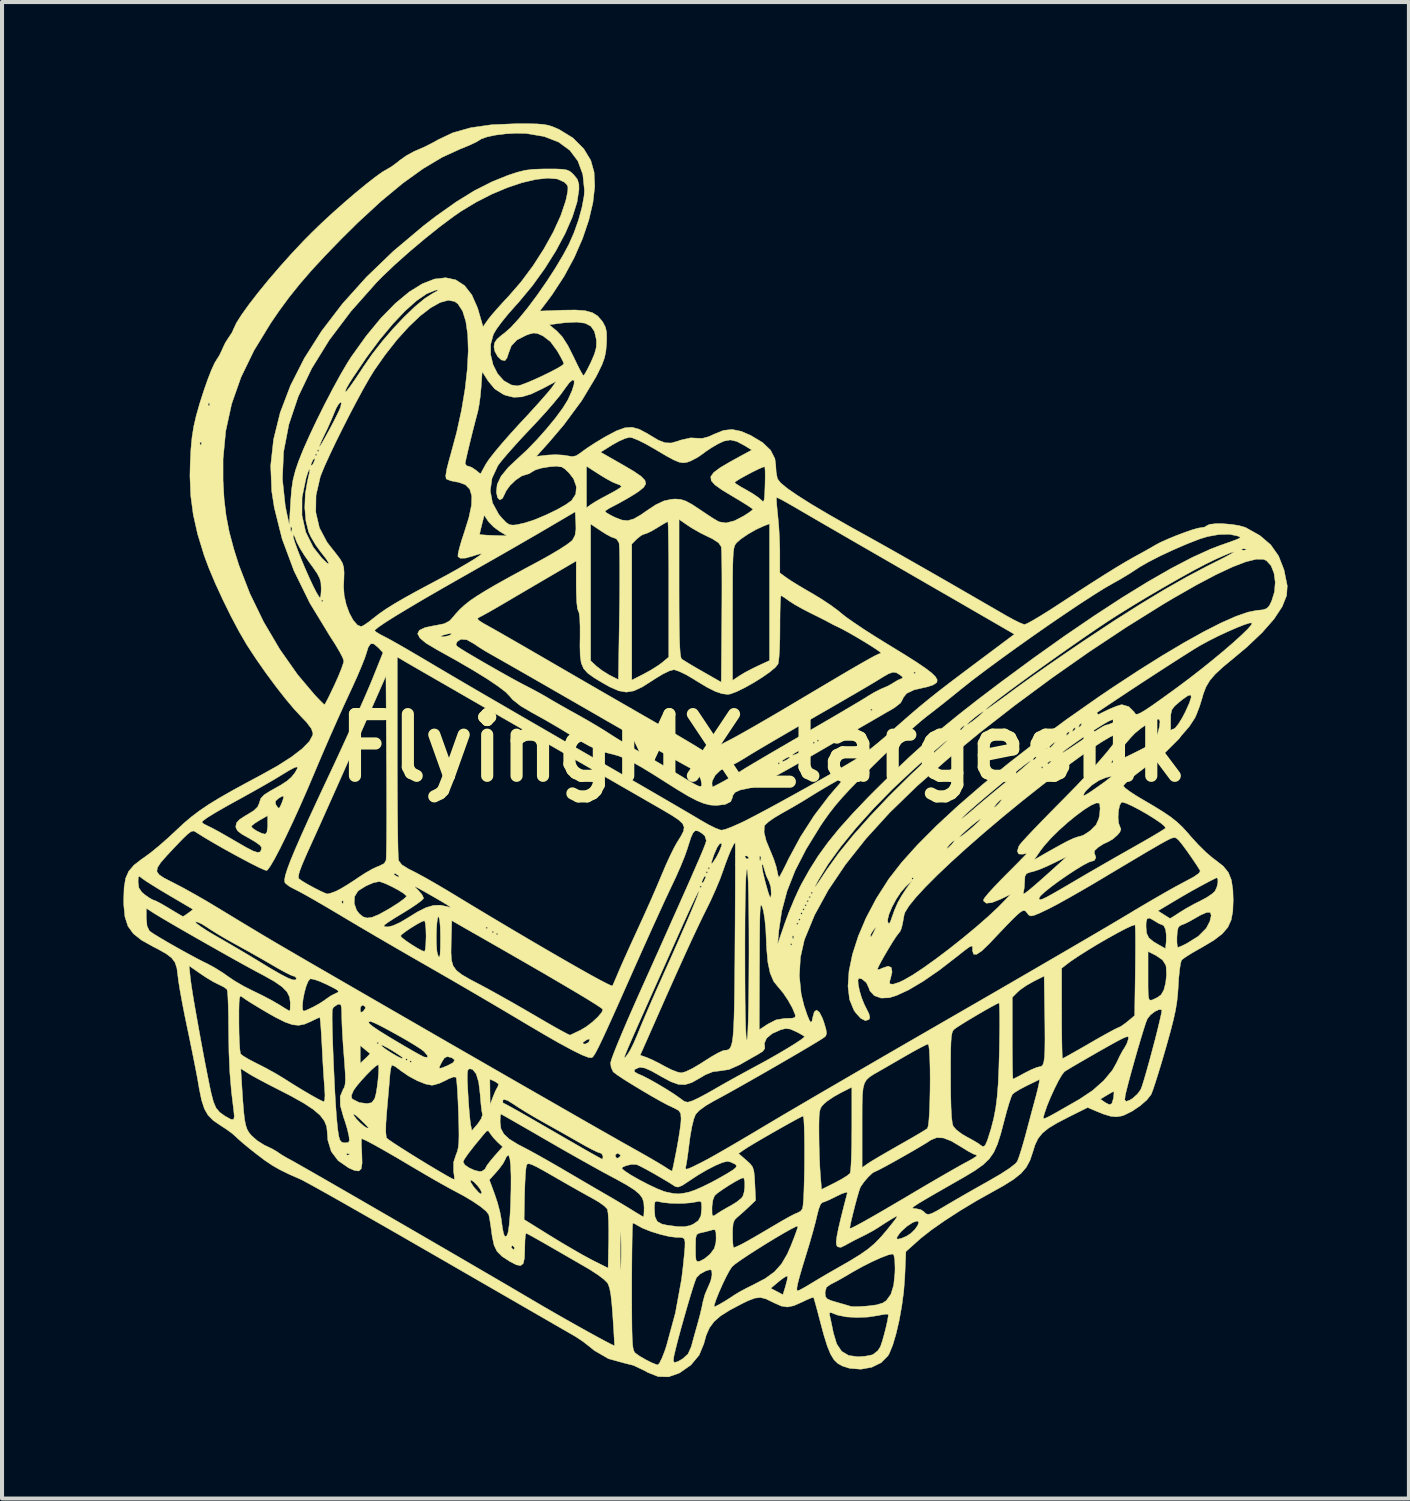
<source format=kicad_pcb>
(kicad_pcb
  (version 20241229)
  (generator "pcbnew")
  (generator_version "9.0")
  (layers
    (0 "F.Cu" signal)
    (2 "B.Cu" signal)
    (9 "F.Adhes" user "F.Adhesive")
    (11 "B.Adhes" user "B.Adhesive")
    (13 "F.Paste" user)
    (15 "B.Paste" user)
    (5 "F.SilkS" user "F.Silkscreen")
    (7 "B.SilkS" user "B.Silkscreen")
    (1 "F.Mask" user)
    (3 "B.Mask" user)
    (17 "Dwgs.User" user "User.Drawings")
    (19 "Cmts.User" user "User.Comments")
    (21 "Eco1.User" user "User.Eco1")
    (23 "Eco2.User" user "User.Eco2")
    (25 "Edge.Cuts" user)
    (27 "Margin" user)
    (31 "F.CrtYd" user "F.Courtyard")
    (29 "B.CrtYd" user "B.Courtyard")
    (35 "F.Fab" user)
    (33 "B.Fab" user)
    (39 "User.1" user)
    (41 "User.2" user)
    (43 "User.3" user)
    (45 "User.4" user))
  (footprint "FlyingMX_largesilk"
    (layer "F.Cu")
    (at 15.804 15.421)
    (property "Reference" "FlyingMX_largesilk" (at 0 0 0) (layer "F.SilkS") (effects (font (size 1.524 1.524) (thickness 0.3))))
    (attr through_hole)
    (fp_poly (pts (xy -5.804 -15.416) (xy -5.592 -15.411) (xy -5.436 -15.399) (xy -5.313 -15.377) (xy -5.201 -15.341) (xy -5.078 -15.288) (xy -5.041 -15.271) (xy -4.705 -15.065) (xy -4.436 -14.795) (xy -4.263 -14.51) (xy -4.182 -14.221) (xy -4.165 -13.87) (xy -4.21 -13.47) (xy -4.312 -13.035) (xy -4.467 -12.577) (xy -4.672 -12.109) (xy -4.923 -11.645) (xy -5.215 -11.198) (xy -5.308 -11.071) (xy -5.522 -10.789) (xy -4.954 -10.811) (xy -4.637 -10.815) (xy -4.4 -10.797) (xy -4.226 -10.75) (xy -4.095 -10.669) (xy -3.988 -10.547) (xy -3.957 -10.5) (xy -3.901 -10.39) (xy -3.873 -10.265) (xy -3.87 -10.092) (xy -3.875 -9.979) (xy -3.891 -9.794) (xy -3.924 -9.636) (xy -3.983 -9.473) (xy -4.08 -9.27) (xy -4.139 -9.156) (xy -4.488 -8.575) (xy -4.931 -7.976) (xy -5.286 -7.558) (xy -5.607 -7.2) (xy -5.331 -7.232) (xy -5.13 -7.242) (xy -4.934 -7.23) (xy -4.857 -7.217) (xy -4.723 -7.195) (xy -4.623 -7.215) (xy -4.509 -7.291) (xy -4.493 -7.303) (xy -4.02 -7.303) (xy -3.471 -6.99) (xy -3.204 -6.833) (xy -3.024 -6.71) (xy -2.926 -6.61) (xy -2.905 -6.522) (xy -2.957 -6.434) (xy -3.076 -6.337) (xy -3.166 -6.277) (xy -3.359 -6.16) (xy -3.562 -6.046) (xy -3.677 -5.986) (xy -3.81 -5.916) (xy -3.895 -5.86) (xy -3.912 -5.841) (xy -3.87 -5.803) (xy -3.761 -5.741) (xy -3.66 -5.691) (xy -3.493 -5.627) (xy -3.35 -5.613) (xy -3.202 -5.655) (xy -3.022 -5.759) (xy -2.901 -5.844) (xy -2.658 -6.005) (xy -2.454 -6.101) (xy -2.264 -6.142) (xy -2.171 -6.147) (xy -2.043 -6.137) (xy -1.92 -6.098) (xy -1.772 -6.019) (xy -1.572 -5.888) (xy -1.571 -5.887) (xy -1.39 -5.765) (xy -1.231 -5.662) (xy -1.118 -5.596) (xy -1.092 -5.583) (xy -0.922 -5.556) (xy -0.715 -5.609) (xy -0.492 -5.725) (xy -0.362 -5.808) (xy -0.277 -5.871) (xy -0.258 -5.893) (xy -0.3 -5.927) (xy -0.412 -6.001) (xy -0.578 -6.104) (xy -0.777 -6.223) (xy -1.025 -6.373) (xy -1.196 -6.495) (xy -1.248 -6.553) (xy -0.71 -6.553) (xy -0.669 -6.518) (xy -0.563 -6.451) (xy -0.428 -6.375) (xy -0.263 -6.279) (xy -0.126 -6.185) (xy -0.06 -6.128) (xy -0.019 -6.09) (xy 0.007 -6.093) (xy 0.023 -6.155) (xy 0.033 -6.29) (xy 0.04 -6.478) (xy 0.044 -6.679) (xy 0.043 -6.839) (xy 0.036 -6.931) (xy 0.032 -6.944) (xy -0.018 -6.932) (xy -0.131 -6.882) (xy -0.279 -6.809) (xy -0.437 -6.725) (xy -0.579 -6.646) (xy -0.678 -6.583) (xy -0.71 -6.553) (xy -1.248 -6.553) (xy -1.288 -6.599) (xy -1.3 -6.698) (xy -1.229 -6.8) (xy -1.072 -6.918) (xy -0.828 -7.062) (xy -0.588 -7.194) (xy -0.287 -7.357) (xy -0.461 -7.464) (xy -0.657 -7.569) (xy -0.816 -7.606) (xy -0.973 -7.577) (xy -1.112 -7.513) (xy -1.279 -7.416) (xy -1.432 -7.314) (xy -1.48 -7.276) (xy -1.625 -7.175) (xy -1.79 -7.089) (xy -1.796 -7.086) (xy -1.892 -7.052) (xy -1.981 -7.04) (xy -2.081 -7.057) (xy -2.208 -7.109) (xy -2.382 -7.202) (xy -2.618 -7.341) (xy -2.698 -7.389) (xy -2.904 -7.506) (xy -3.091 -7.599) (xy -3.236 -7.657) (xy -3.299 -7.671) (xy -3.41 -7.644) (xy -3.568 -7.575) (xy -3.726 -7.487) (xy -4.02 -7.303) (xy -4.493 -7.303) (xy -4.476 -7.317) (xy -4.346 -7.41) (xy -4.16 -7.531) (xy -3.953 -7.656) (xy -3.887 -7.694) (xy -3.628 -7.831) (xy -3.423 -7.905) (xy -3.245 -7.919) (xy -3.069 -7.871) (xy -2.867 -7.764) (xy -2.8 -7.722) (xy -2.591 -7.598) (xy -2.427 -7.536) (xy -2.277 -7.53) (xy -2.11 -7.577) (xy -2.054 -7.599) (xy -1.797 -7.657) (xy -1.666 -7.65) (xy -1.509 -7.644) (xy -1.347 -7.688) (xy -1.221 -7.746) (xy -0.987 -7.841) (xy -0.773 -7.865) (xy -0.548 -7.819) (xy -0.316 -7.719) (xy -0.02 -7.542) (xy 0.178 -7.352) (xy 0.284 -7.144) (xy 0.305 -6.987) (xy 0.315 -6.817) (xy 0.342 -6.67) (xy 0.351 -6.641) (xy 0.425 -6.546) (xy 0.59 -6.409) (xy 0.845 -6.233) (xy 1.186 -6.017) (xy 1.615 -5.763) (xy 2.127 -5.471) (xy 2.35 -5.347) (xy 2.72 -5.142) (xy 3.123 -4.916) (xy 3.569 -4.663) (xy 4.067 -4.379) (xy 4.625 -4.059) (xy 5.253 -3.696) (xy 5.959 -3.288) (xy 5.993 -3.268) (xy 6.175 -3.168) (xy 6.33 -3.091) (xy 6.433 -3.051) (xy 6.452 -3.048) (xy 6.52 -3.075) (xy 6.656 -3.149) (xy 6.844 -3.261) (xy 7.07 -3.402) (xy 7.249 -3.518) (xy 7.712 -3.82) (xy 8.102 -4.072) (xy 8.428 -4.279) (xy 8.703 -4.45) (xy 8.937 -4.59) (xy 9.14 -4.706) (xy 9.22 -4.75) (xy 9.403 -4.85) (xy 9.562 -4.94) (xy 9.667 -5.001) (xy 9.677 -5.007) (xy 9.802 -5.074) (xy 9.984 -5.156) (xy 10.195 -5.243) (xy 10.41 -5.324) (xy 10.601 -5.39) (xy 10.741 -5.429) (xy 10.789 -5.436) (xy 10.898 -5.454) (xy 10.947 -5.486) (xy 11.02 -5.521) (xy 11.164 -5.537) (xy 11.351 -5.537) (xy 11.554 -5.521) (xy 11.745 -5.491) (xy 11.894 -5.449) (xy 11.913 -5.441) (xy 12.261 -5.246) (xy 12.528 -5.018) (xy 12.723 -4.742) (xy 12.857 -4.401) (xy 12.938 -4.003) (xy 12.922 -3.762) (xy 12.812 -3.487) (xy 12.61 -3.181) (xy 12.317 -2.847) (xy 11.935 -2.485) (xy 11.599 -2.204) (xy 11.343 -1.992) (xy 11.156 -1.818) (xy 11.024 -1.663) (xy 10.932 -1.508) (xy 10.865 -1.335) (xy 10.836 -1.231) (xy 10.773 -1.028) (xy 10.697 -0.828) (xy 10.657 -0.74) (xy 10.519 -0.529) (xy 10.306 -0.283) (xy 10.033 -0.015) (xy 9.713 0.261) (xy 9.411 0.495) (xy 9.214 0.644) (xy 9.051 0.776) (xy 8.938 0.877) (xy 8.891 0.935) (xy 8.89 0.938) (xy 8.931 0.988) (xy 9.043 1.073) (xy 9.205 1.179) (xy 9.321 1.249) (xy 9.633 1.432) (xy 9.873 1.58) (xy 10.06 1.707) (xy 10.211 1.827) (xy 10.345 1.952) (xy 10.478 2.097) (xy 10.564 2.198) (xy 10.741 2.392) (xy 10.931 2.579) (xy 11.104 2.727) (xy 11.168 2.773) (xy 11.355 2.919) (xy 11.482 3.074) (xy 11.558 3.263) (xy 11.595 3.509) (xy 11.603 3.759) (xy 11.593 4.034) (xy 11.552 4.253) (xy 11.469 4.434) (xy 11.33 4.594) (xy 11.125 4.751) (xy 10.839 4.922) (xy 10.758 4.967) (xy 10.578 5.07) (xy 10.431 5.163) (xy 10.341 5.229) (xy 10.328 5.241) (xy 10.304 5.317) (xy 10.28 5.471) (xy 10.259 5.678) (xy 10.247 5.867) (xy 10.233 6.083) (xy 10.211 6.282) (xy 10.177 6.486) (xy 10.126 6.718) (xy 10.054 6.999) (xy 9.956 7.35) (xy 9.937 7.417) (xy 9.846 7.729) (xy 9.759 8.016) (xy 9.682 8.261) (xy 9.62 8.446) (xy 9.579 8.553) (xy 9.575 8.561) (xy 9.471 8.694) (xy 9.305 8.839) (xy 9.108 8.972) (xy 8.913 9.069) (xy 8.85 9.09) (xy 8.719 9.112) (xy 8.577 9.098) (xy 8.396 9.043) (xy 8.208 8.967) (xy 8.009 8.881) (xy 7.548 9.111) (xy 7.255 9.263) (xy 7.041 9.392) (xy 6.89 9.515) (xy 6.784 9.647) (xy 6.709 9.803) (xy 6.653 9.982) (xy 6.584 10.188) (xy 6.492 10.359) (xy 6.362 10.51) (xy 6.177 10.658) (xy 5.924 10.816) (xy 5.7 10.941) (xy 5.272 11.18) (xy 4.858 11.429) (xy 4.477 11.676) (xy 4.147 11.907) (xy 3.887 12.111) (xy 3.842 12.151) (xy 3.519 12.44) (xy 3.491 13.091) (xy 3.465 13.429) (xy 3.417 13.786) (xy 3.354 14.139) (xy 3.278 14.466) (xy 3.196 14.744) (xy 3.111 14.953) (xy 3.077 15.013) (xy 2.908 15.184) (xy 2.676 15.297) (xy 2.409 15.345) (xy 2.13 15.323) (xy 1.955 15.268) (xy 1.84 15.205) (xy 1.744 15.112) (xy 1.659 14.973) (xy 1.578 14.775) (xy 1.493 14.502) (xy 1.421 14.235) (xy 1.357 13.993) (xy 1.346 13.95) (xy 1.633 13.95) (xy 1.634 14.001) (xy 1.641 14.034) (xy 1.666 14.145) (xy 1.701 14.314) (xy 1.729 14.449) (xy 1.81 14.72) (xy 1.932 14.902) (xy 2.105 15.005) (xy 2.331 15.037) (xy 2.508 15.025) (xy 2.663 14.996) (xy 2.712 14.979) (xy 2.826 14.888) (xy 2.89 14.789) (xy 2.935 14.657) (xy 2.983 14.487) (xy 3.029 14.307) (xy 3.065 14.145) (xy 3.084 14.029) (xy 3.083 13.988) (xy 3.025 13.985) (xy 2.904 14.004) (xy 2.839 14.018) (xy 2.586 14.057) (xy 2.31 14.068) (xy 2.049 14.053) (xy 1.84 14.011) (xy 1.796 13.996) (xy 1.68 13.95) (xy 1.633 13.95) (xy 1.346 13.95) (xy 1.303 13.79) (xy 1.262 13.644) (xy 1.24 13.574) (xy 1.239 13.57) (xy 1.19 13.581) (xy 1.077 13.628) (xy 0.958 13.685) (xy 0.753 13.776) (xy 0.594 13.809) (xy 0.442 13.785) (xy 0.261 13.705) (xy 0.233 13.691) (xy 0.064 13.609) (xy -0.073 13.574) (xy -0.209 13.589) (xy -0.378 13.653) (xy -0.522 13.723) (xy -0.829 13.885) (xy -1.056 14.028) (xy -1.218 14.169) (xy -1.332 14.323) (xy -1.413 14.507) (xy -1.471 14.716) (xy -1.587 14.997) (xy -1.791 15.242) (xy -2.068 15.435) (xy -2.084 15.444) (xy -2.345 15.534) (xy -2.599 15.527) (xy -2.861 15.423) (xy -2.921 15.387) (xy -3.207 15.251) (xy -3.453 15.189) (xy -3.826 15.086) (xy -4.176 14.883) (xy -4.303 14.78) (xy -4.454 14.663) (xy -4.631 14.544) (xy -4.684 14.513) (xy -4.764 14.467) (xy -4.924 14.375) (xy -5.157 14.241) (xy -5.454 14.069) (xy -5.81 13.864) (xy -6.215 13.63) (xy -6.662 13.372) (xy -7.144 13.094) (xy -7.653 12.8) (xy -8.046 12.573) (xy -8.571 12.271) (xy -9.074 11.981) (xy -9.549 11.709) (xy -9.988 11.459) (xy -10.383 11.234) (xy -10.726 11.04) (xy -11.011 10.881) (xy -11.228 10.761) (xy -11.371 10.684) (xy -11.425 10.657) (xy -11.716 10.529) (xy -11.942 10.418) (xy -12.134 10.308) (xy -12.322 10.181) (xy -12.522 10.029) (xy -12.707 9.883) (xy -12.87 9.748) (xy -12.988 9.643) (xy -13.028 9.604) (xy -13.123 9.52) (xy -13.272 9.412) (xy -13.416 9.319) (xy -13.589 9.2) (xy -13.715 9.073) (xy -13.806 8.914) (xy -13.875 8.702) (xy -13.934 8.416) (xy -13.946 8.344) (xy -13.98 8.147) (xy -14.032 7.878) (xy -14.095 7.561) (xy -14.164 7.222) (xy -14.224 6.934) (xy -14.292 6.607) (xy -14.354 6.288) (xy -14.406 6.001) (xy -14.444 5.768) (xy -14.462 5.623) (xy -14.486 5.437) (xy -14.505 5.381) (xy -14.184 5.381) (xy -14.151 5.7) (xy -14.131 5.848) (xy -14.096 6.076) (xy -14.047 6.367) (xy -13.988 6.7) (xy -13.924 7.059) (xy -13.857 7.423) (xy -13.791 7.775) (xy -13.728 8.094) (xy -13.674 8.364) (xy -13.638 8.529) (xy -13.581 8.746) (xy -13.518 8.892) (xy -13.43 8.998) (xy -13.299 9.092) (xy -13.284 9.101) (xy -13.151 9.174) (xy -13.083 9.177) (xy -13.067 9.102) (xy -13.079 8.979) (xy -13.138 8.488) (xy -13.178 8.015) (xy -13.182 7.921) (xy -12.907 7.921) (xy -12.878 8.393) (xy -12.855 8.737) (xy -12.834 8.995) (xy -12.812 9.184) (xy -12.785 9.32) (xy -12.751 9.42) (xy -12.706 9.498) (xy -12.648 9.57) (xy -12.504 9.698) (xy -12.329 9.809) (xy -12.283 9.83) (xy -12.133 9.902) (xy -12.014 9.971) (xy -11.985 9.992) (xy -11.893 10.054) (xy -11.752 10.136) (xy -11.68 10.175) (xy -11.59 10.224) (xy -11.421 10.32) (xy -11.183 10.456) (xy -10.884 10.627) (xy -10.535 10.828) (xy -10.143 11.054) (xy -9.72 11.299) (xy -9.272 11.558) (xy -8.811 11.825) (xy -8.344 12.096) (xy -7.881 12.365) (xy -7.432 12.626) (xy -7.006 12.875) (xy -6.611 13.105) (xy -6.257 13.312) (xy -5.953 13.491) (xy -5.715 13.631) (xy -5.456 13.783) (xy -5.174 13.946) (xy -4.883 14.112) (xy -4.595 14.274) (xy -4.324 14.425) (xy -4.084 14.557) (xy -3.888 14.662) (xy -3.749 14.734) (xy -3.682 14.764) (xy -3.677 14.764) (xy -3.679 14.714) (xy -3.686 14.581) (xy -3.697 14.383) (xy -3.713 14.139) (xy -3.719 14.046) (xy -3.743 13.733) (xy -3.768 13.505) (xy -3.798 13.348) (xy -3.814 13.302) (xy -3.251 13.302) (xy -3.251 13.745) (xy -3.249 14.098) (xy -3.246 14.371) (xy -3.24 14.575) (xy -3.231 14.722) (xy -3.219 14.823) (xy -3.202 14.887) (xy -3.181 14.927) (xy -3.162 14.947) (xy -3.056 15.023) (xy -2.909 15.108) (xy -2.759 15.184) (xy -2.64 15.231) (xy -2.606 15.238) (xy -2.565 15.193) (xy -2.539 15.139) (xy -2.224 15.139) (xy -2.195 15.181) (xy -2.109 15.154) (xy -1.996 15.09) (xy -1.862 14.969) (xy -1.782 14.789) (xy -1.777 14.772) (xy -1.732 14.604) (xy -1.672 14.39) (xy -1.625 14.224) (xy -1.569 14.017) (xy -1.521 13.815) (xy -1.518 13.801) (xy -1.219 13.801) (xy -1.181 13.792) (xy -1.08 13.74) (xy -0.939 13.657) (xy -0.779 13.555) (xy -0.704 13.504) (xy -0.587 13.434) (xy -0.423 13.346) (xy 0.182 13.346) (xy 0.483 13.505) (xy 0.496 13.459) (xy 1.524 13.459) (xy 1.532 13.547) (xy 1.57 13.603) (xy 1.663 13.647) (xy 1.816 13.693) (xy 1.981 13.74) (xy 2.108 13.777) (xy 2.159 13.794) (xy 2.232 13.8) (xy 2.376 13.797) (xy 2.559 13.785) (xy 2.565 13.785) (xy 2.794 13.756) (xy 2.947 13.71) (xy 3.035 13.651) (xy 3.148 13.495) (xy 3.218 13.267) (xy 3.249 12.957) (xy 3.251 12.84) (xy 3.244 12.638) (xy 3.222 12.527) (xy 3.188 12.498) (xy 3.077 12.524) (xy 2.902 12.591) (xy 2.685 12.689) (xy 2.449 12.808) (xy 2.217 12.937) (xy 2.181 12.958) (xy 1.99 13.071) (xy 1.815 13.169) (xy 1.687 13.235) (xy 1.664 13.246) (xy 1.557 13.321) (xy 1.524 13.441) (xy 1.524 13.459) (xy 0.496 13.459) (xy 0.532 13.342) (xy 0.827 13.342) (xy 0.829 13.397) (xy 0.847 13.409) (xy 0.909 13.383) (xy 1.029 13.317) (xy 1.168 13.234) (xy 1.353 13.122) (xy 1.581 12.988) (xy 1.806 12.859) (xy 1.829 12.846) (xy 2.146 12.664) (xy 2.392 12.512) (xy 2.585 12.377) (xy 2.745 12.242) (xy 2.885 12.099) (xy 3.292 12.099) (xy 3.31 12.136) (xy 3.408 12.114) (xy 3.538 12.058) (xy 3.646 11.987) (xy 3.743 11.891) (xy 3.811 11.794) (xy 3.837 11.717) (xy 3.803 11.684) (xy 3.799 11.684) (xy 3.689 11.721) (xy 3.548 11.813) (xy 3.41 11.937) (xy 3.353 12.003) (xy 3.292 12.099) (xy 2.885 12.099) (xy 2.89 12.095) (xy 3.04 11.919) (xy 3.047 11.91) (xy 3.191 11.731) (xy 3.275 11.622) (xy 3.305 11.571) (xy 3.284 11.569) (xy 3.216 11.606) (xy 3.17 11.633) (xy 3.012 11.731) (xy 2.865 11.827) (xy 2.835 11.847) (xy 2.71 11.923) (xy 2.54 12.015) (xy 2.428 12.071) (xy 2.253 12.158) (xy 2.094 12.243) (xy 2.021 12.284) (xy 1.912 12.336) (xy 1.842 12.324) (xy 1.82 12.305) (xy 1.802 12.265) (xy 1.799 12.188) (xy 1.815 12.064) (xy 1.851 11.882) (xy 1.854 11.866) (xy 2.134 11.866) (xy 2.173 11.859) (xy 2.29 11.801) (xy 2.488 11.694) (xy 2.768 11.535) (xy 3.065 11.363) (xy 3.68 11.363) (xy 3.713 11.376) (xy 3.766 11.378) (xy 3.891 11.406) (xy 3.962 11.455) (xy 4.013 11.505) (xy 4.07 11.522) (xy 4.152 11.501) (xy 4.28 11.436) (xy 4.473 11.323) (xy 4.489 11.313) (xy 4.669 11.207) (xy 4.91 11.067) (xy 5.183 10.911) (xy 5.46 10.755) (xy 5.53 10.716) (xy 5.846 10.533) (xy 6.078 10.383) (xy 6.223 10.269) (xy 6.271 10.211) (xy 6.31 10.11) (xy 6.366 9.937) (xy 6.43 9.72) (xy 6.477 9.55) (xy 6.551 9.271) (xy 6.585 9.145) (xy 6.914 9.145) (xy 6.932 9.154) (xy 6.979 9.139) (xy 7.068 9.096) (xy 7.209 9.019) (xy 7.412 8.903) (xy 7.689 8.745) (xy 7.81 8.675) (xy 8.323 8.675) (xy 8.437 8.755) (xy 8.543 8.811) (xy 8.605 8.786) (xy 8.634 8.692) (xy 8.924 8.692) (xy 8.959 8.732) (xy 9.055 8.696) (xy 9.123 8.654) (xy 9.243 8.544) (xy 9.319 8.438) (xy 9.352 8.351) (xy 9.402 8.192) (xy 9.464 7.978) (xy 9.534 7.728) (xy 9.606 7.459) (xy 9.677 7.191) (xy 9.74 6.94) (xy 9.791 6.726) (xy 9.827 6.566) (xy 9.84 6.479) (xy 9.839 6.469) (xy 9.77 6.463) (xy 9.666 6.512) (xy 9.56 6.594) (xy 9.484 6.689) (xy 9.483 6.691) (xy 9.448 6.78) (xy 9.393 6.948) (xy 9.324 7.175) (xy 9.245 7.44) (xy 9.164 7.725) (xy 9.085 8.008) (xy 9.014 8.27) (xy 8.958 8.492) (xy 8.939 8.572) (xy 8.924 8.692) (xy 8.634 8.692) (xy 8.641 8.67) (xy 8.647 8.637) (xy 8.658 8.53) (xy 8.654 8.484) (xy 8.654 8.484) (xy 8.605 8.507) (xy 8.504 8.566) (xy 8.481 8.579) (xy 8.323 8.675) (xy 7.81 8.675) (xy 7.814 8.673) (xy 8.132 8.46) (xy 8.408 8.215) (xy 8.62 7.959) (xy 8.723 7.776) (xy 8.801 7.611) (xy 8.873 7.477) (xy 8.913 7.417) (xy 8.974 7.309) (xy 9.01 7.204) (xy 9.018 7.157) (xy 9.004 7.133) (xy 8.959 7.138) (xy 8.87 7.176) (xy 8.725 7.251) (xy 8.513 7.369) (xy 8.293 7.493) (xy 8.037 7.64) (xy 7.805 7.774) (xy 7.614 7.886) (xy 7.483 7.965) (xy 7.435 7.996) (xy 7.374 8.073) (xy 7.288 8.22) (xy 7.191 8.413) (xy 7.093 8.627) (xy 7.006 8.838) (xy 6.943 9.021) (xy 6.928 9.075) (xy 6.917 9.117) (xy 6.914 9.145) (xy 6.585 9.145) (xy 6.631 8.972) (xy 6.704 8.701) (xy 6.733 8.596) (xy 6.78 8.409) (xy 6.81 8.269) (xy 6.819 8.197) (xy 6.814 8.192) (xy 6.755 8.221) (xy 6.632 8.281) (xy 6.495 8.348) (xy 6.334 8.432) (xy 6.208 8.509) (xy 6.152 8.554) (xy 6.118 8.627) (xy 6.067 8.778) (xy 6.007 8.983) (xy 5.946 9.212) (xy 5.86 9.538) (xy 5.779 9.79) (xy 5.69 9.989) (xy 5.577 10.151) (xy 5.427 10.295) (xy 5.224 10.439) (xy 4.955 10.601) (xy 4.753 10.716) (xy 4.493 10.865) (xy 4.247 11.006) (xy 4.038 11.127) (xy 3.885 11.218) (xy 3.835 11.248) (xy 3.718 11.325) (xy 3.68 11.363) (xy 3.065 11.363) (xy 3.131 11.324) (xy 3.578 11.061) (xy 3.759 10.953) (xy 4.061 10.775) (xy 4.355 10.604) (xy 4.622 10.45) (xy 4.844 10.324) (xy 5.002 10.237) (xy 5.023 10.227) (xy 5.168 10.146) (xy 5.258 10.087) (xy 5.275 10.059) (xy 5.27 10.058) (xy 5.191 10.032) (xy 5.058 9.962) (xy 4.899 9.863) (xy 4.895 9.861) (xy 4.644 9.711) (xy 4.445 9.634) (xy 4.282 9.625) (xy 4.14 9.682) (xy 4.128 9.69) (xy 4.018 9.761) (xy 3.853 9.86) (xy 3.653 9.977) (xy 3.435 10.101) (xy 3.22 10.222) (xy 3.026 10.329) (xy 2.871 10.411) (xy 2.775 10.458) (xy 2.754 10.465) (xy 2.69 10.502) (xy 2.593 10.594) (xy 2.49 10.712) (xy 2.408 10.829) (xy 2.394 10.854) (xy 2.364 10.938) (xy 2.319 11.091) (xy 2.267 11.283) (xy 2.215 11.487) (xy 2.17 11.672) (xy 2.141 11.81) (xy 2.134 11.866) (xy 1.854 11.866) (xy 1.909 11.632) (xy 1.991 11.303) (xy 2.074 10.986) (xy 2.042 10.976) (xy 1.943 11.008) (xy 1.802 11.075) (xy 1.643 11.154) (xy 1.515 11.209) (xy 1.453 11.227) (xy 1.411 11.273) (xy 1.365 11.392) (xy 1.328 11.536) (xy 1.287 11.708) (xy 1.224 11.945) (xy 1.147 12.214) (xy 1.069 12.47) (xy 0.966 12.806) (xy 0.893 13.057) (xy 0.847 13.232) (xy 0.827 13.342) (xy 0.532 13.342) (xy 0.546 13.294) (xy 0.583 13.156) (xy 0.598 13.062) (xy 0.597 13.045) (xy 0.555 13.054) (xy 0.462 13.115) (xy 0.383 13.177) (xy 0.182 13.346) (xy -0.423 13.346) (xy -0.417 13.343) (xy -0.259 13.265) (xy 0.046 13.105) (xy 0.274 12.939) (xy 0.448 12.744) (xy 0.592 12.497) (xy 0.682 12.289) (xy 0.76 12.091) (xy 0.818 11.932) (xy 0.85 11.832) (xy 0.853 11.809) (xy 0.801 11.824) (xy 0.681 11.884) (xy 0.509 11.98) (xy 0.302 12.102) (xy 0.075 12.24) (xy -0.155 12.384) (xy -0.37 12.522) (xy -0.556 12.647) (xy -0.696 12.746) (xy -0.772 12.811) (xy -0.774 12.813) (xy -0.839 12.911) (xy -0.924 13.07) (xy -1.016 13.262) (xy -1.103 13.46) (xy -1.173 13.637) (xy -1.214 13.765) (xy -1.219 13.801) (xy -1.518 13.801) (xy -1.496 13.691) (xy -1.447 13.508) (xy -1.374 13.333) (xy -1.366 13.319) (xy -1.301 13.166) (xy -1.27 13.018) (xy -1.27 13.006) (xy -1.276 12.91) (xy -1.315 12.885) (xy -1.415 12.915) (xy -1.429 12.92) (xy -1.561 12.992) (xy -1.652 13.081) (xy -1.683 13.158) (xy -1.735 13.313) (xy -1.802 13.529) (xy -1.878 13.785) (xy -1.957 14.062) (xy -2.036 14.342) (xy -2.107 14.605) (xy -2.165 14.832) (xy -2.205 15.003) (xy -2.21 15.024) (xy -2.224 15.139) (xy -2.539 15.139) (xy -2.506 15.073) (xy -2.437 14.896) (xy -2.395 14.77) (xy -2.174 13.956) (xy -2.022 13.125) (xy -1.984 12.809) (xy -1.955 12.526) (xy -1.94 12.354) (xy -1.676 12.354) (xy -1.675 12.538) (xy -1.665 12.641) (xy -1.639 12.682) (xy -1.591 12.682) (xy -1.562 12.674) (xy -1.453 12.616) (xy -1.33 12.514) (xy -1.308 12.492) (xy -1.212 12.361) (xy -1.173 12.214) (xy -1.168 12.109) (xy -1.171 12.014) (xy -0.762 12.014) (xy -0.758 12.182) (xy -0.748 12.301) (xy -0.735 12.344) (xy -0.676 12.323) (xy -0.563 12.271) (xy -0.517 12.247) (xy -0.399 12.183) (xy -0.219 12.08) (xy -0.001 11.953) (xy 0.23 11.816) (xy 0.231 11.816) (xy 0.446 11.689) (xy 0.632 11.584) (xy 0.772 11.512) (xy 0.846 11.481) (xy 0.849 11.481) (xy 0.92 11.441) (xy 0.963 11.383) (xy 0.978 11.308) (xy 0.991 11.154) (xy 1.001 10.94) (xy 1.008 10.68) (xy 1.014 10.395) (xy 1.016 10.1) (xy 1.016 9.814) (xy 1.013 9.553) (xy 1.011 9.496) (xy 1.372 9.496) (xy 1.375 9.785) (xy 1.383 10.087) (xy 1.395 10.358) (xy 1.404 10.495) (xy 1.436 10.905) (xy 1.768 10.739) (xy 1.936 10.648) (xy 2.069 10.565) (xy 2.139 10.508) (xy 2.141 10.506) (xy 2.154 10.437) (xy 2.165 10.282) (xy 2.174 10.059) (xy 2.181 9.784) (xy 2.183 9.473) (xy 2.184 9.41) (xy 2.184 9.127) (xy 2.438 9.127) (xy 2.438 9.332) (xy 2.438 10.366) (xy 2.578 10.267) (xy 2.673 10.206) (xy 2.836 10.108) (xy 3.046 9.986) (xy 3.283 9.85) (xy 3.353 9.81) (xy 3.585 9.678) (xy 3.789 9.56) (xy 3.946 9.466) (xy 4.038 9.408) (xy 4.051 9.398) (xy 4.071 9.333) (xy 4.088 9.189) (xy 4.101 8.983) (xy 4.11 8.734) (xy 4.116 8.46) (xy 4.118 8.179) (xy 4.117 8.072) (xy 4.624 8.072) (xy 4.624 8.123) (xy 4.626 8.545) (xy 4.634 8.873) (xy 4.647 9.111) (xy 4.666 9.268) (xy 4.687 9.343) (xy 4.766 9.433) (xy 4.903 9.537) (xy 5.025 9.608) (xy 5.181 9.693) (xy 5.302 9.765) (xy 5.353 9.803) (xy 5.421 9.849) (xy 5.475 9.82) (xy 5.528 9.703) (xy 5.541 9.665) (xy 5.624 9.4) (xy 5.688 9.152) (xy 5.737 8.899) (xy 5.772 8.623) (xy 5.798 8.304) (xy 5.815 7.921) (xy 5.827 7.48) (xy 5.833 7.146) (xy 5.836 6.849) (xy 5.835 6.602) (xy 5.831 6.42) (xy 5.825 6.317) (xy 5.819 6.299) (xy 5.761 6.324) (xy 5.638 6.39) (xy 5.47 6.484) (xy 5.279 6.595) (xy 5.087 6.709) (xy 4.914 6.815) (xy 4.781 6.9) (xy 4.712 6.95) (xy 4.682 6.984) (xy 4.66 7.038) (xy 4.644 7.125) (xy 4.633 7.259) (xy 4.627 7.452) (xy 4.624 7.719) (xy 4.624 8.072) (xy 4.117 8.072) (xy 4.116 7.91) (xy 4.109 7.671) (xy 4.099 7.48) (xy 4.084 7.355) (xy 4.066 7.315) (xy 4.004 7.339) (xy 3.875 7.405) (xy 3.7 7.5) (xy 3.545 7.588) (xy 3.325 7.715) (xy 3.114 7.837) (xy 2.943 7.936) (xy 2.87 7.978) (xy 2.729 8.058) (xy 2.623 8.127) (xy 2.546 8.198) (xy 2.494 8.287) (xy 2.462 8.41) (xy 2.446 8.581) (xy 2.439 8.815) (xy 2.438 9.127) (xy 2.184 9.127) (xy 2.184 8.38) (xy 1.918 8.514) (xy 1.742 8.612) (xy 1.581 8.72) (xy 1.511 8.778) (xy 1.451 8.838) (xy 1.412 8.899) (xy 1.388 8.982) (xy 1.376 9.107) (xy 1.372 9.298) (xy 1.372 9.496) (xy 1.011 9.496) (xy 1.007 9.335) (xy 0.998 9.178) (xy 0.985 9.099) (xy 0.98 9.093) (xy 0.925 9.117) (xy 0.8 9.183) (xy 0.625 9.279) (xy 0.417 9.396) (xy 0.194 9.523) (xy -0.025 9.649) (xy -0.222 9.765) (xy -0.379 9.86) (xy -0.472 9.92) (xy -0.614 10.018) (xy -0.422 10.184) (xy -0.327 10.271) (xy -0.269 10.347) (xy -0.237 10.443) (xy -0.22 10.586) (xy -0.211 10.763) (xy -0.192 11.175) (xy -0.365 11.341) (xy -0.497 11.463) (xy -0.618 11.569) (xy -0.65 11.595) (xy -0.713 11.66) (xy -0.747 11.749) (xy -0.76 11.893) (xy -0.762 12.014) (xy -1.171 12.014) (xy -1.172 11.968) (xy -1.193 11.906) (xy -1.243 11.9) (xy -1.283 11.911) (xy -1.424 11.949) (xy -1.537 11.974) (xy -1.61 11.993) (xy -1.652 12.03) (xy -1.671 12.111) (xy -1.676 12.258) (xy -1.676 12.354) (xy -1.94 12.354) (xy -1.938 12.329) (xy -1.936 12.202) (xy -1.952 12.131) (xy -1.99 12.098) (xy -2.053 12.09) (xy -2.135 12.09) (xy -2.314 12.07) (xy -2.544 12.016) (xy -2.782 11.942) (xy -2.988 11.859) (xy -3.084 11.807) (xy -3.178 11.753) (xy -3.224 11.735) (xy -3.231 11.784) (xy -3.237 11.922) (xy -3.242 12.137) (xy -3.246 12.417) (xy -3.249 12.75) (xy -3.251 13.123) (xy -3.251 13.302) (xy -3.814 13.302) (xy -3.834 13.244) (xy -3.856 13.208) (xy -3.94 13.125) (xy -4.087 13.014) (xy -4.271 12.894) (xy -4.348 12.848) (xy -4.764 12.607) (xy -5.1 12.413) (xy -5.364 12.261) (xy -5.563 12.148) (xy -5.705 12.068) (xy -5.797 12.018) (xy -5.848 11.993) (xy -5.863 11.989) (xy -5.877 12.035) (xy -5.888 12.159) (xy -5.893 12.334) (xy -5.893 12.371) (xy -5.901 12.599) (xy -5.931 12.734) (xy -5.996 12.787) (xy -6.104 12.766) (xy -6.261 12.685) (xy -6.454 12.559) (xy -6.578 12.435) (xy -6.632 12.325) (xy -6.231 12.325) (xy -6.223 12.344) (xy -6.177 12.393) (xy -6.169 12.395) (xy -6.147 12.356) (xy -6.147 12.344) (xy -6.186 12.296) (xy -6.201 12.294) (xy -6.231 12.325) (xy -6.632 12.325) (xy -6.652 12.282) (xy -6.698 12.068) (xy -6.71 11.982) (xy -6.736 11.788) (xy -6.763 11.625) (xy -6.783 11.528) (xy -6.784 11.524) (xy -6.847 11.443) (xy -6.983 11.33) (xy -7.176 11.199) (xy -7.407 11.061) (xy -7.62 10.947) (xy -7.757 10.874) (xy -7.96 10.761) (xy -8.112 10.674) (xy -7.237 10.674) (xy -7.227 10.729) (xy -7.165 10.827) (xy -7.135 10.865) (xy -7.033 10.979) (xy -6.979 11.019) (xy -6.96 10.993) (xy -6.96 10.976) (xy -6.989 10.906) (xy -7.059 10.813) (xy -7.142 10.726) (xy -7.212 10.675) (xy -7.237 10.674) (xy -8.112 10.674) (xy -8.123 10.668) (xy -6.768 10.668) (xy -6.64 11.014) (xy -6.568 11.231) (xy -6.509 11.452) (xy -6.479 11.611) (xy -6.447 11.841) (xy -6.42 11.984) (xy -6.394 12.054) (xy -6.364 12.067) (xy -6.334 12.045) (xy -6.306 11.966) (xy -6.28 11.795) (xy -6.267 11.648) (xy -5.91 11.648) (xy -5.254 12.056) (xy -4.986 12.219) (xy -4.711 12.381) (xy -4.458 12.526) (xy -4.255 12.636) (xy -4.216 12.656) (xy -3.835 12.847) (xy -3.827 12.421) (xy -3.536 12.421) (xy -3.535 12.653) (xy -3.532 12.812) (xy -3.528 12.892) (xy -3.523 12.883) (xy -3.518 12.817) (xy -3.512 12.568) (xy -3.512 12.285) (xy -3.518 12.055) (xy -3.524 11.967) (xy -3.529 11.973) (xy -3.533 12.067) (xy -3.535 12.241) (xy -3.536 12.421) (xy -3.827 12.421) (xy -3.821 12.163) (xy -3.82 11.903) (xy -3.825 11.673) (xy -3.836 11.497) (xy -3.853 11.396) (xy -3.857 11.387) (xy -3.926 11.316) (xy -4.056 11.222) (xy -4.201 11.137) (xy -4.354 11.053) (xy -4.57 10.932) (xy -4.822 10.789) (xy -5.084 10.639) (xy -5.156 10.597) (xy -5.411 10.451) (xy -5.593 10.351) (xy -5.715 10.293) (xy -5.79 10.27) (xy -5.831 10.278) (xy -5.851 10.309) (xy -5.865 10.394) (xy -5.879 10.558) (xy -5.89 10.776) (xy -5.898 11.025) (xy -5.91 11.648) (xy -6.267 11.648) (xy -6.258 11.543) (xy -6.245 11.288) (xy -6.234 10.901) (xy -6.233 10.576) (xy -6.242 10.322) (xy -6.261 10.149) (xy -6.29 10.065) (xy -6.303 10.058) (xy -6.348 10.1) (xy -6.377 10.166) (xy -6.43 10.265) (xy -6.528 10.398) (xy -6.59 10.47) (xy -6.768 10.668) (xy -8.123 10.668) (xy -8.209 10.619) (xy -8.481 10.46) (xy -8.687 10.339) (xy -9.061 10.117) (xy -9.377 9.935) (xy -9.627 9.795) (xy -9.805 9.701) (xy -9.906 9.656) (xy -9.922 9.652) (xy -9.928 9.699) (xy -9.927 9.822) (xy -9.919 9.996) (xy -9.917 10.032) (xy -9.911 10.258) (xy -9.933 10.395) (xy -9.993 10.45) (xy -10.101 10.436) (xy -10.244 10.372) (xy -10.503 10.193) (xy -10.63 10.025) (xy -10.295 10.025) (xy -10.288 10.055) (xy -10.262 10.058) (xy -10.22 10.04) (xy -10.228 10.025) (xy -10.288 10.018) (xy -10.295 10.025) (xy -10.63 10.025) (xy -10.673 9.967) (xy -10.758 9.686) (xy -10.77 9.51) (xy -10.786 9.354) (xy -10.843 9.212) (xy -10.949 9.073) (xy -11.114 8.931) (xy -11.347 8.777) (xy -11.658 8.602) (xy -11.985 8.434) (xy -12.218 8.315) (xy -12.438 8.199) (xy -12.617 8.101) (xy -12.71 8.045) (xy -12.907 7.921) (xy -13.182 7.921) (xy -13.2 7.52) (xy -13.208 6.965) (xy -13.208 6.934) (xy -13.21 6.747) (xy -12.953 6.747) (xy -12.953 6.787) (xy -12.95 7.048) (xy -12.942 7.276) (xy -12.93 7.449) (xy -12.916 7.546) (xy -12.911 7.558) (xy -12.848 7.609) (xy -12.718 7.687) (xy -12.547 7.777) (xy -12.508 7.796) (xy -12.281 7.912) (xy -12.04 8.045) (xy -11.852 8.159) (xy -11.612 8.311) (xy -11.378 8.454) (xy -11.168 8.577) (xy -10.998 8.672) (xy -10.886 8.727) (xy -10.853 8.738) (xy -10.834 8.691) (xy -10.828 8.569) (xy -10.838 8.397) (xy -10.838 8.395) (xy -10.852 8.21) (xy -10.869 7.957) (xy -10.886 7.667) (xy -10.901 7.373) (xy -10.902 7.353) (xy -10.916 7.1) (xy -10.93 6.888) (xy -10.943 6.735) (xy -10.949 6.693) (xy -10.651 6.693) (xy -10.647 6.921) (xy -10.639 7.201) (xy -10.628 7.517) (xy -10.614 7.853) (xy -10.598 8.192) (xy -10.582 8.517) (xy -10.564 8.813) (xy -10.547 9.063) (xy -10.538 9.169) (xy -10.513 9.421) (xy -10.488 9.589) (xy -10.457 9.688) (xy -10.415 9.738) (xy -10.354 9.753) (xy -10.331 9.754) (xy -10.252 9.745) (xy -10.224 9.7) (xy -10.236 9.59) (xy -10.241 9.563) (xy -10.259 9.488) (xy -9.327 9.488) (xy -9.313 9.615) (xy -9.306 9.634) (xy -9.254 9.676) (xy -9.132 9.76) (xy -8.956 9.874) (xy -8.743 10.009) (xy -8.51 10.154) (xy -8.274 10.298) (xy -8.051 10.431) (xy -7.858 10.544) (xy -7.713 10.625) (xy -7.632 10.664) (xy -7.631 10.622) (xy -7.644 10.512) (xy -7.652 10.463) (xy -7.651 10.234) (xy -7.65 10.228) (xy -7.417 10.228) (xy -7.373 10.299) (xy -7.266 10.373) (xy -7.133 10.433) (xy -7.009 10.462) (xy -6.947 10.454) (xy -6.873 10.399) (xy -6.858 10.369) (xy -6.827 10.311) (xy -6.746 10.204) (xy -6.649 10.089) (xy -6.44 9.852) (xy -6.565 9.737) (xy -6.672 9.624) (xy -6.748 9.522) (xy -6.794 9.456) (xy -6.837 9.465) (xy -6.895 9.53) (xy -7.127 9.811) (xy -7.292 10.023) (xy -7.389 10.164) (xy -7.417 10.228) (xy -7.65 10.228) (xy -7.594 10.057) (xy -7.56 9.969) (xy -7.537 9.871) (xy -7.523 9.744) (xy -7.519 9.57) (xy -7.522 9.33) (xy -7.531 9.021) (xy -7.542 8.738) (xy -7.555 8.49) (xy -7.569 8.294) (xy -7.582 8.17) (xy -7.59 8.135) (xy -7.651 8.126) (xy -7.775 8.174) (xy -7.837 8.207) (xy -7.996 8.282) (xy -8.146 8.326) (xy -8.193 8.331) (xy -8.346 8.301) (xy -8.544 8.222) (xy -8.756 8.109) (xy -8.824 8.062) (xy -7.313 8.062) (xy -7.312 8.212) (xy -7.301 8.442) (xy -7.296 8.536) (xy -7.28 8.79) (xy -7.262 9.021) (xy -7.244 9.201) (xy -7.231 9.3) (xy -7.2 9.454) (xy -7.056 9.286) (xy -7.03 9.248) (xy -6.502 9.248) (xy -6.482 9.404) (xy -6.411 9.536) (xy -6.276 9.661) (xy -6.064 9.792) (xy -5.937 9.858) (xy -5.777 9.942) (xy -5.555 10.064) (xy -5.295 10.211) (xy -5.022 10.368) (xy -4.902 10.439) (xy -4.63 10.598) (xy -4.359 10.757) (xy -4.115 10.899) (xy -3.922 11.011) (xy -3.861 11.046) (xy -3.646 11.172) (xy -3.418 11.308) (xy -3.253 11.409) (xy -3.109 11.498) (xy -3.003 11.561) (xy -2.961 11.582) (xy -2.952 11.537) (xy -2.947 11.422) (xy -2.947 11.391) (xy -2.692 11.391) (xy -2.677 11.581) (xy -2.621 11.696) (xy -2.505 11.761) (xy -2.379 11.788) (xy -2.131 11.821) (xy -1.953 11.825) (xy -1.815 11.798) (xy -1.731 11.762) (xy -1.608 11.676) (xy -1.544 11.559) (xy -1.524 11.38) (xy -1.524 11.37) (xy -1.27 11.37) (xy -1.268 11.507) (xy -1.251 11.56) (xy -1.205 11.547) (xy -1.156 11.512) (xy -1.043 11.44) (xy -0.887 11.349) (xy -0.802 11.303) (xy -0.655 11.212) (xy -0.544 11.121) (xy -0.51 11.078) (xy -0.477 10.974) (xy -0.46 10.841) (xy -0.461 10.715) (xy -0.48 10.631) (xy -0.498 10.617) (xy -0.571 10.644) (xy -0.699 10.713) (xy -0.854 10.806) (xy -1.008 10.907) (xy -1.135 10.997) (xy -1.206 11.06) (xy -1.206 11.061) (xy -1.246 11.162) (xy -1.268 11.314) (xy -1.27 11.37) (xy -1.524 11.37) (xy -1.524 11.349) (xy -1.53 11.233) (xy -1.566 11.195) (xy -1.655 11.211) (xy -1.664 11.213) (xy -1.792 11.235) (xy -1.974 11.249) (xy -2.108 11.252) (xy -2.3 11.246) (xy -2.471 11.229) (xy -2.553 11.213) (xy -2.64 11.195) (xy -2.68 11.219) (xy -2.691 11.311) (xy -2.692 11.391) (xy -2.947 11.391) (xy -2.946 11.351) (xy -2.955 11.226) (xy -2.99 11.119) (xy -3.063 11.02) (xy -3.186 10.916) (xy -3.371 10.798) (xy -3.631 10.653) (xy -3.778 10.575) (xy -3.992 10.46) (xy -4.114 10.392) (xy -3.493 10.392) (xy -3.429 10.446) (xy -3.272 10.55) (xy -3.066 10.667) (xy -2.842 10.784) (xy -2.63 10.884) (xy -2.461 10.951) (xy -2.408 10.967) (xy -2.23 11.004) (xy -2.097 11.014) (xy -1.956 10.996) (xy -1.832 10.969) (xy -1.694 10.922) (xy -1.499 10.836) (xy -1.274 10.725) (xy -1.107 10.634) (xy -0.892 10.511) (xy -0.754 10.425) (xy -0.682 10.366) (xy -0.664 10.325) (xy -0.686 10.291) (xy -0.697 10.282) (xy -0.82 10.225) (xy -0.895 10.212) (xy -1.008 10.239) (xy -1.182 10.312) (xy -1.394 10.421) (xy -1.621 10.554) (xy -1.84 10.699) (xy -1.851 10.706) (xy -2.004 10.807) (xy -2.105 10.847) (xy -2.174 10.835) (xy -2.181 10.83) (xy -2.321 10.74) (xy -2.502 10.632) (xy -2.697 10.518) (xy -2.883 10.415) (xy -3.034 10.335) (xy -3.126 10.293) (xy -3.13 10.291) (xy -3.255 10.286) (xy -3.384 10.315) (xy -3.482 10.357) (xy -3.493 10.392) (xy -4.114 10.392) (xy -4.271 10.305) (xy -4.594 10.124) (xy -4.938 9.929) (xy -5.282 9.731) (xy -5.406 9.66) (xy -5.702 9.488) (xy -5.968 9.335) (xy -6.191 9.207) (xy -6.359 9.111) (xy -6.461 9.055) (xy -6.486 9.042) (xy -6.496 9.088) (xy -6.502 9.2) (xy -6.502 9.248) (xy -7.03 9.248) (xy -6.973 9.166) (xy -6.938 9.066) (xy -6.941 9.042) (xy -6.957 8.958) (xy -6.975 8.802) (xy -6.992 8.605) (xy -6.995 8.56) (xy -7.032 8.256) (xy -7.054 8.181) (xy -6.756 8.181) (xy -6.749 8.814) (xy -6.73 8.761) (xy -6.436 8.761) (xy -6.416 8.775) (xy -6.354 8.806) (xy -6.223 8.877) (xy -6.041 8.979) (xy -5.828 9.101) (xy -5.81 9.111) (xy -5.542 9.266) (xy -5.227 9.448) (xy -4.904 9.635) (xy -4.626 9.795) (xy -4.4 9.925) (xy -4.207 10.034) (xy -4.064 10.114) (xy -3.987 10.156) (xy -3.978 10.16) (xy -3.964 10.118) (xy -3.962 10.084) (xy -3.963 10.082) (xy -3.658 10.082) (xy -3.624 10.133) (xy -3.582 10.128) (xy -3.53 10.08) (xy -3.534 10.053) (xy -3.598 10.009) (xy -3.65 10.044) (xy -3.658 10.082) (xy -3.963 10.082) (xy -3.997 10.016) (xy -4.027 10.008) (xy -4.098 9.983) (xy -4.232 9.919) (xy -4.406 9.826) (xy -4.497 9.774) (xy -4.722 9.646) (xy -4.994 9.492) (xy -5.27 9.337) (xy -5.41 9.259) (xy -5.644 9.126) (xy -5.871 8.991) (xy -6.062 8.872) (xy -6.157 8.808) (xy -6.314 8.71) (xy -6.406 8.682) (xy -6.433 8.698) (xy -6.436 8.761) (xy -6.73 8.761) (xy -6.677 8.616) (xy -6.619 8.476) (xy -6.565 8.373) (xy -6.554 8.357) (xy -6.544 8.297) (xy -6.628 8.24) (xy -6.63 8.239) (xy -6.756 8.181) (xy -7.054 8.181) (xy -7.094 8.05) (xy -7.182 7.942) (xy -7.248 7.925) (xy -7.282 7.935) (xy -7.304 7.975) (xy -7.313 8.062) (xy -8.824 8.062) (xy -8.95 7.977) (xy -8.987 7.947) (xy -9.031 7.915) (xy -8.001 7.915) (xy -7.936 7.902) (xy -7.804 7.848) (xy -7.664 7.774) (xy -7.625 7.71) (xy -7.687 7.656) (xy -7.7 7.651) (xy -7.808 7.624) (xy -7.88 7.66) (xy -7.95 7.772) (xy -8 7.874) (xy -8.001 7.915) (xy -9.031 7.915) (xy -9.093 7.869) (xy -9.166 7.838) (xy -9.179 7.841) (xy -9.2 7.905) (xy -9.22 8.037) (xy -9.229 8.14) (xy -9.242 8.304) (xy -9.262 8.535) (xy -9.285 8.796) (xy -9.301 8.977) (xy -9.323 9.272) (xy -9.327 9.488) (xy -10.259 9.488) (xy -10.28 9.399) (xy -10.34 9.203) (xy -10.37 9.119) (xy -10.391 9.041) (xy -10.124 9.041) (xy -10.116 9.077) (xy -10.054 9.163) (xy -9.963 9.258) (xy -9.867 9.34) (xy -9.789 9.39) (xy -9.754 9.386) (xy -9.754 9.383) (xy -9.787 9.343) (xy -9.874 9.254) (xy -9.963 9.167) (xy -10.073 9.069) (xy -10.124 9.041) (xy -10.391 9.041) (xy -10.449 8.836) (xy -10.453 8.612) (xy -10.443 8.587) (xy -10.176 8.587) (xy -10.165 8.655) (xy -10.146 8.675) (xy -9.982 8.759) (xy -9.79 8.784) (xy -9.674 8.762) (xy -9.604 8.668) (xy -9.596 8.649) (xy -9.567 8.54) (xy -9.541 8.383) (xy -9.519 8.205) (xy -9.504 8.035) (xy -9.5 7.9) (xy -9.508 7.828) (xy -9.514 7.823) (xy -9.574 7.859) (xy -9.678 7.951) (xy -9.805 8.079) (xy -9.934 8.22) (xy -10.046 8.353) (xy -10.12 8.456) (xy -10.127 8.469) (xy -10.176 8.587) (xy -10.443 8.587) (xy -10.383 8.44) (xy -10.35 8.382) (xy -10.331 8.308) (xy -10.323 8.2) (xy -10.328 8.039) (xy -10.343 7.806) (xy -10.344 7.79) (xy -9.957 7.79) (xy -9.911 7.747) (xy -8.738 7.747) (xy -8.712 7.772) (xy -8.687 7.747) (xy -8.712 7.722) (xy -8.738 7.747) (xy -9.911 7.747) (xy -9.857 7.696) (xy -8.839 7.696) (xy -8.814 7.722) (xy -8.788 7.696) (xy -8.814 7.671) (xy -8.839 7.696) (xy -9.857 7.696) (xy -9.83 7.671) (xy -9.749 7.591) (xy -9.715 7.549) (xy -9.716 7.547) (xy -9.759 7.515) (xy -9.842 7.446) (xy -9.957 7.35) (xy -9.957 7.79) (xy -10.344 7.79) (xy -10.357 7.627) (xy -10.379 7.338) (xy -10.379 7.338) (xy -9.449 7.338) (xy -9.409 7.381) (xy -9.31 7.454) (xy -9.181 7.537) (xy -9.051 7.613) (xy -8.952 7.662) (xy -8.92 7.671) (xy -8.914 7.648) (xy -8.968 7.604) (xy -9.14 7.493) (xy -9.291 7.404) (xy -9.4 7.348) (xy -9.448 7.335) (xy -9.449 7.338) (xy -10.379 7.338) (xy -10.382 7.29) (xy -9.55 7.29) (xy -9.525 7.315) (xy -9.5 7.29) (xy -9.525 7.264) (xy -9.55 7.29) (xy -10.382 7.29) (xy -10.397 7.056) (xy -10.409 6.81) (xy -10.41 6.769) (xy -9.751 6.769) (xy -9.733 6.81) (xy -9.644 6.883) (xy -9.479 6.994) (xy -9.233 7.146) (xy -9.106 7.222) (xy -8.872 7.36) (xy -8.665 7.48) (xy -8.502 7.571) (xy -8.402 7.624) (xy -8.382 7.633) (xy -8.297 7.644) (xy -8.296 7.6) (xy -8.377 7.503) (xy -8.385 7.495) (xy -8.467 7.433) (xy -8.614 7.339) (xy -8.803 7.225) (xy -9.016 7.104) (xy -9.231 6.985) (xy -9.428 6.88) (xy -9.587 6.801) (xy -9.688 6.76) (xy -9.706 6.756) (xy -9.751 6.769) (xy -10.41 6.769) (xy -10.414 6.631) (xy -10.414 6.62) (xy -10.417 6.458) (xy -9.957 6.458) (xy -9.946 6.531) (xy -9.898 6.516) (xy -9.881 6.503) (xy -9.831 6.431) (xy -9.833 6.395) (xy -9.895 6.35) (xy -9.944 6.39) (xy -9.957 6.458) (xy -10.417 6.458) (xy -10.417 6.449) (xy -10.431 6.359) (xy -10.462 6.329) (xy -10.514 6.335) (xy -10.612 6.401) (xy -10.645 6.459) (xy -10.65 6.533) (xy -10.651 6.693) (xy -10.949 6.693) (xy -10.954 6.66) (xy -10.956 6.655) (xy -11.01 6.676) (xy -11.121 6.729) (xy -11.176 6.756) (xy -11.333 6.824) (xy -11.479 6.852) (xy -11.633 6.836) (xy -11.817 6.771) (xy -12.049 6.655) (xy -12.24 6.547) (xy -12.456 6.419) (xy -12.647 6.303) (xy -12.79 6.211) (xy -12.865 6.158) (xy -12.9 6.133) (xy -12.925 6.139) (xy -12.94 6.189) (xy -12.949 6.298) (xy -12.953 6.48) (xy -12.953 6.747) (xy -13.21 6.747) (xy -13.211 6.637) (xy -13.217 6.375) (xy -13.225 6.164) (xy -13.236 6.021) (xy -13.247 5.966) (xy -13.316 5.912) (xy -13.436 5.851) (xy -13.45 5.845) (xy -13.58 5.78) (xy -13.751 5.678) (xy -13.9 5.579) (xy -14.184 5.381) (xy -14.505 5.381) (xy -14.532 5.298) (xy -14.615 5.186) (xy -14.752 5.082) (xy -14.96 4.966) (xy -15.068 4.911) (xy -15.358 4.749) (xy -15.562 4.587) (xy -15.694 4.403) (xy -15.757 4.208) (xy -15.24 4.208) (xy -15.222 4.401) (xy -15.166 4.516) (xy -15.151 4.53) (xy -15.063 4.591) (xy -14.906 4.687) (xy -14.701 4.808) (xy -14.469 4.94) (xy -14.231 5.072) (xy -14.008 5.192) (xy -13.821 5.289) (xy -13.741 5.327) (xy -13.553 5.428) (xy -13.345 5.558) (xy -13.233 5.638) (xy -13.057 5.757) (xy -12.833 5.887) (xy -12.609 6) (xy -12.598 6.005) (xy -12.377 6.113) (xy -12.152 6.231) (xy -11.972 6.335) (xy -11.963 6.34) (xy -11.826 6.426) (xy -11.729 6.484) (xy -11.697 6.501) (xy -11.689 6.457) (xy -11.685 6.365) (xy -11.385 6.365) (xy -11.379 6.47) (xy -11.352 6.502) (xy -11.294 6.481) (xy -11.179 6.428) (xy -11.11 6.395) (xy -10.959 6.311) (xy -10.834 6.229) (xy -10.803 6.205) (xy -10.682 6.122) (xy -10.575 6.068) (xy -10.511 6.038) (xy -10.495 6.009) (xy -10.541 5.969) (xy -10.659 5.906) (xy -10.781 5.845) (xy -10.955 5.767) (xy -11.1 5.717) (xy -11.187 5.703) (xy -11.193 5.705) (xy -11.243 5.764) (xy -11.293 5.887) (xy -11.337 6.047) (xy -11.37 6.215) (xy -11.385 6.365) (xy -11.685 6.365) (xy -11.684 6.344) (xy -11.684 6.294) (xy -11.703 6.152) (xy -11.766 6.025) (xy -11.887 5.901) (xy -12.077 5.769) (xy -12.348 5.616) (xy -12.406 5.586) (xy -12.579 5.494) (xy -12.815 5.365) (xy -13.098 5.208) (xy -13.411 5.032) (xy -13.738 4.847) (xy -14.063 4.662) (xy -14.37 4.486) (xy -14.642 4.328) (xy -14.696 4.296) (xy -14.027 4.296) (xy -14.005 4.331) (xy -13.908 4.405) (xy -13.751 4.509) (xy -13.548 4.631) (xy -13.478 4.671) (xy -13.216 4.822) (xy -12.948 4.979) (xy -12.706 5.123) (xy -12.522 5.234) (xy -12.192 5.435) (xy -11.938 5.582) (xy -11.752 5.679) (xy -11.628 5.727) (xy -11.557 5.732) (xy -11.532 5.696) (xy -11.532 5.69) (xy -11.572 5.643) (xy -11.598 5.639) (xy -11.667 5.614) (xy -11.801 5.548) (xy -11.979 5.451) (xy -12.118 5.37) (xy -12.38 5.218) (xy -12.677 5.05) (xy -12.955 4.896) (xy -13.03 4.855) (xy -13.257 4.728) (xy -13.481 4.596) (xy -13.667 4.48) (xy -13.731 4.436) (xy -13.87 4.349) (xy -13.98 4.3) (xy -14.027 4.296) (xy -14.696 4.296) (xy -14.863 4.198) (xy -15.016 4.105) (xy -15.05 4.084) (xy -15.24 3.961) (xy -15.24 4.208) (xy -15.757 4.208) (xy -15.768 4.175) (xy -15.797 3.882) (xy -15.799 3.749) (xy -15.789 3.448) (xy -15.767 3.317) (xy -15.443 3.317) (xy -15.424 3.457) (xy -15.352 3.563) (xy -15.273 3.63) (xy -15.157 3.71) (xy -15.073 3.756) (xy -15.057 3.759) (xy -14.995 3.784) (xy -14.871 3.85) (xy -14.71 3.943) (xy -14.681 3.961) (xy -14.522 4.057) (xy -14.4 4.129) (xy -14.338 4.163) (xy -14.335 4.164) (xy -14.288 4.138) (xy -14.202 4.077) (xy -14.085 3.989) (xy -14.675 3.642) (xy -14.902 3.507) (xy -15.102 3.383) (xy -15.257 3.284) (xy -15.346 3.221) (xy -15.354 3.214) (xy -15.413 3.17) (xy -15.438 3.193) (xy -15.443 3.298) (xy -15.443 3.317) (xy -15.767 3.317) (xy -15.752 3.222) (xy -15.677 3.051) (xy -14.98 3.051) (xy -14.928 3.129) (xy -14.812 3.208) (xy -14.632 3.301) (xy -14.567 3.334) (xy -14.331 3.457) (xy -14.048 3.614) (xy -13.754 3.783) (xy -13.514 3.927) (xy -13.229 4.1) (xy -12.901 4.299) (xy -12.57 4.498) (xy -12.307 4.656) (xy -12.144 4.753) (xy -11.9 4.896) (xy -11.585 5.079) (xy -11.208 5.299) (xy -10.775 5.549) (xy -10.297 5.826) (xy -9.781 6.124) (xy -9.236 6.439) (xy -8.669 6.766) (xy -8.091 7.1) (xy -7.508 7.436) (xy -6.929 7.769) (xy -6.363 8.095) (xy -5.818 8.408) (xy -5.303 8.703) (xy -4.826 8.977) (xy -4.395 9.224) (xy -4.018 9.439) (xy -3.705 9.617) (xy -3.464 9.754) (xy -3.308 9.841) (xy -3.054 9.984) (xy -2.817 10.119) (xy -2.618 10.235) (xy -2.479 10.319) (xy -2.441 10.343) (xy -2.331 10.414) (xy -2.263 10.45) (xy -2.255 10.451) (xy -2.241 10.399) (xy -2.237 10.38) (xy -1.924 10.38) (xy -1.909 10.404) (xy -1.853 10.393) (xy -1.74 10.343) (xy -1.554 10.251) (xy -1.515 10.231) (xy -1.369 10.154) (xy -1.153 10.033) (xy -0.885 9.879) (xy -0.58 9.701) (xy -0.257 9.51) (xy -0.03 9.374) (xy 0.199 9.238) (xy 0.505 9.056) (xy 0.881 8.836) (xy 1.314 8.582) (xy 1.797 8.301) (xy 2.319 7.997) (xy 2.87 7.677) (xy 3.441 7.346) (xy 4.021 7.011) (xy 4.572 6.693) (xy 5.147 6.361) (xy 5.493 6.161) (xy 6.147 6.161) (xy 6.147 7.17) (xy 6.148 7.477) (xy 6.15 7.747) (xy 6.153 7.964) (xy 6.158 8.112) (xy 6.163 8.177) (xy 6.164 8.179) (xy 6.214 8.156) (xy 6.327 8.098) (xy 6.456 8.027) (xy 6.617 7.946) (xy 6.752 7.891) (xy 6.819 7.875) (xy 6.865 7.865) (xy 6.9 7.83) (xy 6.925 7.758) (xy 6.942 7.637) (xy 6.951 7.455) (xy 6.954 7.201) (xy 6.952 6.864) (xy 6.949 6.641) (xy 6.934 5.636) (xy 6.672 5.767) (xy 6.499 5.865) (xy 6.343 5.973) (xy 6.279 6.029) (xy 6.147 6.161) (xy 5.493 6.161) (xy 5.718 6.031) (xy 6.275 5.708) (xy 6.731 5.443) (xy 7.366 5.443) (xy 7.366 6.557) (xy 7.367 6.881) (xy 7.37 7.168) (xy 7.374 7.403) (xy 7.379 7.573) (xy 7.385 7.661) (xy 7.388 7.671) (xy 7.438 7.647) (xy 7.559 7.58) (xy 7.736 7.48) (xy 7.954 7.356) (xy 8.067 7.29) (xy 8.3 7.156) (xy 8.503 7.043) (xy 8.659 6.959) (xy 8.752 6.913) (xy 8.769 6.907) (xy 8.832 6.877) (xy 8.939 6.801) (xy 8.992 6.759) (xy 9.169 6.611) (xy 9.183 5.641) (xy 9.5 5.641) (xy 9.5 5.899) (xy 9.504 6.071) (xy 9.514 6.173) (xy 9.533 6.222) (xy 9.565 6.233) (xy 9.613 6.221) (xy 9.614 6.221) (xy 9.742 6.158) (xy 9.824 6.095) (xy 9.889 5.981) (xy 9.935 5.805) (xy 9.956 5.603) (xy 9.947 5.413) (xy 9.937 5.363) (xy 9.857 5.237) (xy 9.702 5.13) (xy 9.5 5.027) (xy 9.5 5.641) (xy 9.183 5.641) (xy 9.185 5.49) (xy 9.188 5.165) (xy 9.19 4.877) (xy 9.189 4.64) (xy 9.186 4.469) (xy 9.183 4.415) (xy 9.45 4.415) (xy 9.464 4.576) (xy 9.518 4.689) (xy 9.635 4.787) (xy 9.735 4.846) (xy 9.931 4.957) (xy 9.948 4.782) (xy 9.949 4.675) (xy 10.213 4.675) (xy 10.213 4.807) (xy 10.224 4.902) (xy 10.238 4.928) (xy 10.296 4.907) (xy 10.41 4.854) (xy 10.46 4.828) (xy 10.742 4.652) (xy 10.937 4.455) (xy 11.026 4.286) (xy 11.06 4.139) (xy 11.037 4.064) (xy 10.951 4.062) (xy 10.798 4.129) (xy 10.692 4.189) (xy 10.533 4.28) (xy 10.404 4.345) (xy 10.334 4.369) (xy 10.265 4.41) (xy 10.242 4.449) (xy 10.222 4.543) (xy 10.213 4.675) (xy 9.949 4.675) (xy 9.95 4.623) (xy 9.934 4.488) (xy 9.891 4.397) (xy 9.849 4.369) (xy 9.774 4.341) (xy 9.663 4.275) (xy 9.654 4.269) (xy 9.542 4.204) (xy 9.478 4.216) (xy 9.452 4.315) (xy 9.45 4.415) (xy 9.183 4.415) (xy 9.181 4.379) (xy 9.178 4.369) (xy 9.095 4.395) (xy 8.944 4.465) (xy 8.743 4.571) (xy 8.509 4.701) (xy 8.26 4.845) (xy 8.015 4.994) (xy 7.789 5.137) (xy 7.601 5.263) (xy 7.506 5.334) (xy 7.366 5.443) (xy 6.731 5.443) (xy 6.81 5.397) (xy 7.312 5.105) (xy 7.773 4.836) (xy 8.183 4.596) (xy 8.534 4.39) (xy 8.814 4.224) (xy 9.016 4.103) (xy 9.017 4.103) (xy 9.147 4.025) (xy 9.745 4.025) (xy 9.889 4.117) (xy 9.989 4.18) (xy 10.042 4.212) (xy 10.043 4.213) (xy 10.087 4.189) (xy 10.189 4.124) (xy 10.272 4.069) (xy 10.444 3.963) (xy 10.653 3.848) (xy 10.784 3.783) (xy 10.952 3.693) (xy 11.088 3.6) (xy 11.153 3.538) (xy 11.198 3.441) (xy 11.224 3.331) (xy 11.224 3.241) (xy 11.197 3.207) (xy 11.189 3.209) (xy 11.038 3.284) (xy 10.827 3.396) (xy 10.583 3.53) (xy 10.334 3.673) (xy 10.169 3.771) (xy 9.745 4.025) (xy 9.147 4.025) (xy 9.329 3.916) (xy 9.641 3.733) (xy 9.933 3.565) (xy 10.184 3.424) (xy 10.373 3.323) (xy 10.403 3.307) (xy 10.627 3.187) (xy 10.755 3.098) (xy 10.79 3.039) (xy 10.788 3.034) (xy 10.7 2.893) (xy 10.584 2.721) (xy 10.46 2.544) (xy 10.347 2.391) (xy 10.265 2.29) (xy 10.253 2.277) (xy 10.199 2.229) (xy 10.147 2.213) (xy 10.071 2.233) (xy 9.948 2.295) (xy 9.819 2.366) (xy 9.677 2.448) (xy 9.465 2.571) (xy 9.203 2.727) (xy 8.907 2.903) (xy 8.595 3.089) (xy 8.462 3.169) (xy 8.143 3.359) (xy 7.825 3.544) (xy 7.528 3.713) (xy 7.271 3.856) (xy 7.073 3.96) (xy 7.018 3.987) (xy 6.818 4.082) (xy 6.689 4.135) (xy 6.61 4.151) (xy 6.563 4.137) (xy 6.531 4.102) (xy 6.495 4.054) (xy 6.463 4.023) (xy 6.424 4.017) (xy 6.368 4.041) (xy 6.288 4.105) (xy 6.173 4.214) (xy 6.014 4.376) (xy 5.803 4.598) (xy 5.57 4.844) (xy 5.393 5.014) (xy 5.267 5.098) (xy 5.191 5.096) (xy 5.164 5.008) (xy 5.165 4.964) (xy 5.164 4.91) (xy 5.141 4.892) (xy 5.083 4.919) (xy 4.976 4.997) (xy 4.806 5.132) (xy 4.778 5.154) (xy 4.339 5.493) (xy 3.938 5.769) (xy 3.583 5.979) (xy 3.281 6.118) (xy 3.108 6.171) (xy 2.907 6.179) (xy 2.739 6.119) (xy 2.63 6.002) (xy 2.607 5.935) (xy 2.543 5.798) (xy 2.434 5.708) (xy 2.359 5.69) (xy 2.335 5.733) (xy 2.342 5.844) (xy 2.374 5.998) (xy 2.425 6.17) (xy 2.49 6.332) (xy 2.526 6.404) (xy 2.606 6.563) (xy 2.629 6.661) (xy 2.608 6.709) (xy 2.518 6.737) (xy 2.404 6.679) (xy 2.281 6.544) (xy 2.233 6.473) (xy 2.127 6.212) (xy 2.089 5.888) (xy 2.114 5.513) (xy 2.123 5.47) (xy 2.815 5.47) (xy 2.816 5.475) (xy 2.87 5.469) (xy 2.946 5.436) (xy 3.082 5.39) (xy 3.16 5.425) (xy 3.178 5.536) (xy 3.134 5.719) (xy 3.119 5.761) (xy 3.123 5.828) (xy 3.203 5.837) (xy 3.353 5.789) (xy 3.469 5.734) (xy 3.682 5.612) (xy 3.952 5.433) (xy 4.261 5.212) (xy 4.593 4.961) (xy 4.929 4.694) (xy 5.254 4.425) (xy 5.549 4.167) (xy 5.798 3.934) (xy 5.861 3.87) (xy 6.016 3.711) (xy 6.807 3.711) (xy 6.814 3.74) (xy 6.841 3.749) (xy 6.9 3.731) (xy 7.002 3.682) (xy 7.158 3.596) (xy 7.38 3.468) (xy 7.648 3.311) (xy 7.976 3.118) (xy 8.35 2.902) (xy 8.728 2.685) (xy 9.072 2.49) (xy 9.157 2.442) (xy 9.406 2.3) (xy 9.624 2.174) (xy 9.794 2.072) (xy 9.901 2.004) (xy 9.932 1.98) (xy 9.906 1.933) (xy 9.81 1.853) (xy 9.662 1.752) (xy 9.484 1.641) (xy 9.295 1.533) (xy 9.116 1.439) (xy 8.967 1.371) (xy 8.868 1.341) (xy 8.843 1.344) (xy 8.799 1.419) (xy 8.77 1.556) (xy 8.76 1.715) (xy 8.773 1.857) (xy 8.797 1.925) (xy 8.831 2.007) (xy 8.803 2.083) (xy 8.74 2.156) (xy 8.626 2.255) (xy 8.517 2.317) (xy 8.515 2.318) (xy 8.399 2.372) (xy 8.27 2.454) (xy 8.27 2.454) (xy 8.179 2.539) (xy 8.172 2.604) (xy 8.184 2.623) (xy 8.212 2.709) (xy 8.174 2.78) (xy 8.128 2.794) (xy 8.04 2.822) (xy 7.895 2.898) (xy 7.711 3.01) (xy 7.507 3.144) (xy 7.299 3.288) (xy 7.108 3.429) (xy 6.95 3.556) (xy 6.843 3.655) (xy 6.807 3.711) (xy 6.016 3.711) (xy 6.109 3.615) (xy 5.845 3.742) (xy 5.642 3.822) (xy 5.506 3.836) (xy 5.441 3.785) (xy 5.436 3.751) (xy 5.47 3.695) (xy 5.557 3.59) (xy 6.417 3.59) (xy 6.421 3.609) (xy 6.466 3.585) (xy 6.559 3.514) (xy 6.705 3.391) (xy 6.911 3.21) (xy 7.182 2.967) (xy 7.307 2.854) (xy 7.493 2.686) (xy 7.239 2.811) (xy 6.999 2.926) (xy 6.819 3.002) (xy 6.672 3.051) (xy 6.591 3.07) (xy 6.5 3.103) (xy 6.46 3.17) (xy 6.452 3.299) (xy 6.443 3.453) (xy 6.421 3.576) (xy 6.417 3.59) (xy 5.557 3.59) (xy 5.564 3.582) (xy 5.706 3.426) (xy 5.882 3.243) (xy 5.969 3.155) (xy 6.156 2.968) (xy 6.314 2.808) (xy 6.357 2.764) (xy 6.687 2.764) (xy 6.988 2.59) (xy 7.186 2.479) (xy 7.387 2.368) (xy 7.514 2.301) (xy 7.662 2.232) (xy 7.782 2.191) (xy 7.82 2.184) (xy 7.906 2.154) (xy 8.029 2.076) (xy 8.085 2.033) (xy 8.216 1.9) (xy 8.283 1.75) (xy 8.304 1.646) (xy 8.316 1.497) (xy 8.306 1.389) (xy 8.294 1.365) (xy 8.222 1.36) (xy 8.093 1.417) (xy 7.923 1.524) (xy 7.725 1.67) (xy 7.513 1.843) (xy 7.302 2.032) (xy 7.106 2.225) (xy 6.94 2.411) (xy 6.843 2.537) (xy 6.687 2.764) (xy 6.357 2.764) (xy 6.431 2.688) (xy 6.495 2.621) (xy 6.502 2.611) (xy 6.461 2.613) (xy 6.407 2.625) (xy 6.306 2.621) (xy 6.271 2.552) (xy 6.307 2.433) (xy 6.328 2.398) (xy 6.387 2.326) (xy 6.507 2.194) (xy 6.679 2.012) (xy 6.892 1.791) (xy 7.135 1.543) (xy 7.392 1.283) (xy 7.499 1.175) (xy 7.903 1.175) (xy 7.936 1.173) (xy 8.033 1.115) (xy 8.11 1.064) (xy 8.271 0.952) (xy 8.418 0.847) (xy 8.484 0.797) (xy 8.611 0.697) (xy 8.458 0.733) (xy 8.285 0.805) (xy 8.107 0.924) (xy 7.965 1.061) (xy 7.921 1.125) (xy 7.903 1.175) (xy 7.499 1.175) (xy 7.719 0.95) (xy 8.014 0.638) (xy 8.252 0.375) (xy 8.585 0.375) (xy 8.627 0.367) (xy 8.74 0.321) (xy 8.904 0.247) (xy 9.101 0.153) (xy 9.31 0.048) (xy 9.436 -0.017) (xy 9.62 -0.156) (xy 9.736 -0.35) (xy 9.781 -0.521) (xy 9.795 -0.651) (xy 9.785 -0.675) (xy 10.058 -0.675) (xy 10.058 -0.391) (xy 10.167 -0.487) (xy 10.246 -0.584) (xy 10.342 -0.738) (xy 10.421 -0.889) (xy 10.521 -1.111) (xy 10.566 -1.25) (xy 10.556 -1.308) (xy 10.486 -1.291) (xy 10.357 -1.201) (xy 10.28 -1.14) (xy 10.153 -1.03) (xy 10.087 -0.94) (xy 10.062 -0.829) (xy 10.058 -0.675) (xy 9.785 -0.675) (xy 9.772 -0.706) (xy 9.747 -0.711) (xy 9.644 -0.68) (xy 9.496 -0.6) (xy 9.331 -0.489) (xy 9.18 -0.366) (xy 9.177 -0.363) (xy 9.086 -0.269) (xy 8.969 -0.135) (xy 8.842 0.018) (xy 8.725 0.167) (xy 8.634 0.29) (xy 8.588 0.366) (xy 8.585 0.375) (xy 8.252 0.375) (xy 8.269 0.356) (xy 8.479 0.112) (xy 8.638 -0.088) (xy 8.738 -0.236) (xy 8.774 -0.325) (xy 8.768 -0.342) (xy 8.704 -0.337) (xy 8.568 -0.274) (xy 8.37 -0.157) (xy 8.117 0.008) (xy 7.819 0.217) (xy 7.482 0.463) (xy 7.384 0.537) (xy 6.876 0.927) (xy 6.379 1.321) (xy 5.9 1.714) (xy 5.445 2.099) (xy 5.02 2.471) (xy 4.633 2.822) (xy 4.29 3.147) (xy 3.999 3.439) (xy 3.765 3.693) (xy 3.595 3.903) (xy 3.497 4.061) (xy 3.476 4.124) (xy 3.44 4.325) (xy 3.411 4.451) (xy 3.38 4.527) (xy 3.339 4.58) (xy 3.338 4.581) (xy 3.281 4.656) (xy 3.196 4.786) (xy 3.096 4.949) (xy 2.995 5.121) (xy 2.906 5.28) (xy 2.841 5.404) (xy 2.815 5.47) (xy 2.123 5.47) (xy 2.2 5.097) (xy 2.343 4.652) (xy 2.348 4.641) (xy 2.642 4.641) (xy 2.652 4.673) (xy 2.686 4.627) (xy 2.739 4.521) (xy 2.777 4.437) (xy 2.767 4.437) (xy 2.721 4.493) (xy 2.66 4.587) (xy 2.642 4.641) (xy 2.348 4.641) (xy 2.517 4.243) (xy 3.068 4.243) (xy 3.073 4.304) (xy 3.102 4.342) (xy 3.134 4.3) (xy 3.172 4.191) (xy 3.238 4.007) (xy 3.316 3.827) (xy 3.325 3.81) (xy 3.418 3.647) (xy 3.528 3.478) (xy 3.545 3.454) (xy 3.674 3.277) (xy 3.511 3.429) (xy 3.396 3.561) (xy 3.281 3.735) (xy 3.179 3.924) (xy 3.104 4.102) (xy 3.068 4.243) (xy 2.517 4.243) (xy 2.541 4.189) (xy 2.79 3.718) (xy 3.088 3.252) (xy 3.106 3.226) (xy 3.658 3.226) (xy 3.683 3.251) (xy 3.708 3.226) (xy 3.683 3.2) (xy 3.658 3.226) (xy 3.106 3.226) (xy 3.414 2.83) (xy 3.72 2.489) (xy 4.531 2.489) (xy 4.58 2.456) (xy 4.648 2.388) (xy 4.707 2.314) (xy 4.715 2.286) (xy 4.666 2.319) (xy 4.597 2.388) (xy 4.539 2.461) (xy 4.531 2.489) (xy 3.72 2.489) (xy 3.806 2.394) (xy 3.997 2.202) (xy 4.841 2.202) (xy 4.858 2.202) (xy 4.935 2.148) (xy 5.057 2.05) (xy 5.069 2.04) (xy 5.209 1.919) (xy 5.318 1.818) (xy 5.37 1.761) (xy 5.353 1.76) (xy 5.276 1.815) (xy 5.154 1.912) (xy 5.141 1.922) (xy 5.002 2.043) (xy 4.893 2.144) (xy 4.841 2.202) (xy 3.997 2.202) (xy 4.274 1.924) (xy 4.461 1.75) (xy 4.894 1.75) (xy 4.952 1.71) (xy 5.064 1.62) (xy 5.182 1.52) (xy 5.236 1.473) (xy 5.699 1.473) (xy 5.748 1.44) (xy 5.817 1.372) (xy 5.875 1.298) (xy 5.883 1.27) (xy 5.834 1.303) (xy 5.766 1.372) (xy 5.707 1.445) (xy 5.699 1.473) (xy 5.236 1.473) (xy 5.378 1.352) (xy 5.621 1.148) (xy 5.878 0.936) (xy 6.083 0.767) (xy 6.276 0.608) (xy 6.423 0.483) (xy 6.858 0.483) (xy 6.883 0.508) (xy 6.909 0.483) (xy 6.883 0.457) (xy 6.858 0.483) (xy 6.423 0.483) (xy 6.436 0.472) (xy 6.532 0.387) (xy 7.01 0.387) (xy 7.035 0.402) (xy 7.103 0.337) (xy 7.118 0.318) (xy 7.162 0.257) (xy 7.136 0.27) (xy 7.099 0.298) (xy 7.029 0.361) (xy 7.01 0.387) (xy 6.532 0.387) (xy 6.55 0.372) (xy 6.602 0.32) (xy 6.604 0.317) (xy 6.568 0.334) (xy 6.468 0.407) (xy 6.318 0.525) (xy 6.131 0.675) (xy 5.92 0.848) (xy 5.699 1.032) (xy 5.48 1.216) (xy 5.278 1.389) (xy 5.105 1.54) (xy 4.975 1.658) (xy 4.902 1.731) (xy 4.894 1.75) (xy 4.461 1.75) (xy 4.811 1.427) (xy 5.41 0.908) (xy 6.064 0.373) (xy 6.177 0.286) (xy 6.655 0.286) (xy 6.68 0.301) (xy 6.731 0.251) (xy 7.226 0.251) (xy 7.233 0.254) (xy 7.279 0.218) (xy 7.29 0.203) (xy 7.303 0.156) (xy 7.296 0.152) (xy 7.249 0.188) (xy 7.239 0.203) (xy 7.226 0.251) (xy 6.731 0.251) (xy 6.747 0.236) (xy 6.763 0.216) (xy 6.807 0.156) (xy 6.781 0.168) (xy 6.744 0.197) (xy 6.673 0.259) (xy 6.655 0.286) (xy 6.177 0.286) (xy 6.374 0.133) (xy 6.858 0.133) (xy 6.883 0.148) (xy 6.901 0.131) (xy 7.366 0.131) (xy 7.405 0.114) (xy 7.511 0.048) (xy 7.669 -0.056) (xy 7.863 -0.188) (xy 7.882 -0.202) (xy 8.084 -0.338) (xy 8.257 -0.451) (xy 8.383 -0.528) (xy 8.445 -0.559) (xy 8.446 -0.559) (xy 8.521 -0.578) (xy 8.641 -0.625) (xy 8.654 -0.63) (xy 8.786 -0.687) (xy 8.887 -0.727) (xy 8.89 -0.728) (xy 8.914 -0.749) (xy 8.85 -0.758) (xy 8.734 -0.738) (xy 8.581 -0.683) (xy 8.52 -0.654) (xy 8.405 -0.589) (xy 8.244 -0.489) (xy 8.056 -0.367) (xy 7.86 -0.236) (xy 7.675 -0.107) (xy 7.518 0.005) (xy 7.409 0.088) (xy 7.366 0.13) (xy 7.366 0.131) (xy 6.901 0.131) (xy 6.95 0.083) (xy 6.966 0.064) (xy 7.01 0.003) (xy 6.984 0.016) (xy 6.947 0.044) (xy 6.877 0.107) (xy 6.858 0.133) (xy 6.374 0.133) (xy 6.57 -0.019) (xy 7.061 -0.019) (xy 7.086 -0.004) (xy 7.153 -0.069) (xy 7.169 -0.089) (xy 7.213 -0.149) (xy 7.187 -0.136) (xy 7.15 -0.108) (xy 7.08 -0.045) (xy 7.061 -0.019) (xy 6.57 -0.019) (xy 6.747 -0.156) (xy 7.277 -0.156) (xy 7.284 -0.152) (xy 7.33 -0.188) (xy 7.341 -0.203) (xy 7.354 -0.251) (xy 7.347 -0.254) (xy 7.3 -0.218) (xy 7.29 -0.203) (xy 7.277 -0.156) (xy 6.747 -0.156) (xy 6.766 -0.17) (xy 6.953 -0.308) (xy 7.48 -0.308) (xy 7.487 -0.305) (xy 7.533 -0.341) (xy 7.544 -0.356) (xy 7.557 -0.403) (xy 7.55 -0.406) (xy 7.503 -0.371) (xy 7.493 -0.356) (xy 7.48 -0.308) (xy 6.953 -0.308) (xy 7.091 -0.41) (xy 7.632 -0.41) (xy 7.639 -0.406) (xy 7.686 -0.442) (xy 7.696 -0.457) (xy 7.709 -0.505) (xy 7.702 -0.508) (xy 7.656 -0.472) (xy 7.645 -0.457) (xy 7.632 -0.41) (xy 7.091 -0.41) (xy 7.229 -0.511) (xy 7.785 -0.511) (xy 7.792 -0.508) (xy 7.838 -0.544) (xy 7.849 -0.559) (xy 7.862 -0.606) (xy 7.855 -0.61) (xy 7.808 -0.574) (xy 7.798 -0.559) (xy 7.785 -0.511) (xy 7.229 -0.511) (xy 7.49 -0.704) (xy 8.002 -0.704) (xy 8.021 -0.704) (xy 8.112 -0.745) (xy 8.26 -0.817) (xy 8.348 -0.862) (xy 8.541 -0.956) (xy 8.712 -1.027) (xy 8.833 -1.064) (xy 8.858 -1.067) (xy 9.024 -1.019) (xy 9.156 -0.888) (xy 9.177 -0.852) (xy 9.201 -0.831) (xy 9.246 -0.834) (xy 9.322 -0.868) (xy 9.439 -0.938) (xy 9.605 -1.05) (xy 9.831 -1.21) (xy 10.126 -1.423) (xy 10.212 -1.486) (xy 10.511 -1.709) (xy 10.811 -1.942) (xy 11.101 -2.175) (xy 11.371 -2.399) (xy 11.611 -2.606) (xy 11.811 -2.788) (xy 11.961 -2.934) (xy 12.05 -3.037) (xy 12.068 -3.088) (xy 12.068 -3.088) (xy 12.007 -3.084) (xy 11.875 -3.042) (xy 11.691 -2.969) (xy 11.472 -2.874) (xy 11.238 -2.765) (xy 11.007 -2.649) (xy 10.798 -2.536) (xy 10.795 -2.534) (xy 10.664 -2.456) (xy 10.471 -2.335) (xy 10.229 -2.181) (xy 9.952 -2.003) (xy 9.653 -1.809) (xy 9.343 -1.607) (xy 9.037 -1.406) (xy 8.748 -1.214) (xy 8.488 -1.041) (xy 8.27 -0.894) (xy 8.108 -0.782) (xy 8.015 -0.714) (xy 8.002 -0.704) (xy 7.49 -0.704) (xy 7.508 -0.717) (xy 8.285 -1.262) (xy 8.625 -1.492) (xy 9.255 -1.905) (xy 9.843 -2.274) (xy 10.384 -2.596) (xy 10.871 -2.867) (xy 11.301 -3.086) (xy 11.667 -3.248) (xy 11.965 -3.352) (xy 12.174 -3.394) (xy 12.338 -3.411) (xy 12.433 -3.444) (xy 12.495 -3.511) (xy 12.552 -3.626) (xy 12.623 -3.855) (xy 12.641 -4.092) (xy 12.611 -4.315) (xy 12.538 -4.5) (xy 12.425 -4.624) (xy 12.35 -4.658) (xy 12.173 -4.66) (xy 11.918 -4.597) (xy 11.587 -4.47) (xy 11.179 -4.279) (xy 10.694 -4.023) (xy 10.135 -3.704) (xy 9.869 -3.546) (xy 8.965 -2.982) (xy 8.04 -2.369) (xy 7.116 -1.721) (xy 6.21 -1.051) (xy 5.341 -0.374) (xy 4.529 0.296) (xy 3.793 0.944) (xy 3.785 0.952) (xy 3.122 1.595) (xy 2.534 2.241) (xy 2.026 2.882) (xy 1.601 3.513) (xy 1.264 4.128) (xy 1.02 4.72) (xy 1.008 4.756) (xy 0.914 5.177) (xy 0.888 5.632) (xy 0.933 6.081) (xy 1.004 6.367) (xy 1.08 6.593) (xy 1.135 6.727) (xy 1.172 6.778) (xy 1.199 6.752) (xy 1.219 6.657) (xy 1.219 6.655) (xy 1.257 6.518) (xy 1.313 6.476) (xy 1.382 6.528) (xy 1.456 6.671) (xy 1.493 6.773) (xy 1.544 6.943) (xy 1.56 7.046) (xy 1.542 7.109) (xy 1.518 7.136) (xy 1.455 7.18) (xy 1.317 7.266) (xy 1.117 7.386) (xy 0.868 7.533) (xy 0.585 7.698) (xy 0.28 7.875) (xy -0.034 8.055) (xy -0.342 8.231) (xy -0.631 8.394) (xy -0.888 8.538) (xy -1.1 8.654) (xy -1.213 8.714) (xy -1.423 8.836) (xy -1.586 8.956) (xy -1.675 9.052) (xy -1.72 9.169) (xy -1.767 9.359) (xy -1.809 9.596) (xy -1.825 9.715) (xy -1.854 9.943) (xy -1.881 10.139) (xy -1.903 10.278) (xy -1.913 10.325) (xy -1.924 10.38) (xy -2.237 10.38) (xy -2.213 10.269) (xy -2.175 10.08) (xy -2.138 9.891) (xy -2.094 9.645) (xy -2.059 9.417) (xy -2.037 9.237) (xy -2.033 9.154) (xy -2.042 9.032) (xy -2.089 8.958) (xy -2.199 8.897) (xy -2.24 8.879) (xy -2.371 8.816) (xy -2.556 8.717) (xy -2.774 8.593) (xy -3.007 8.456) (xy -3.235 8.318) (xy -3.439 8.191) (xy -3.599 8.085) (xy -3.696 8.012) (xy -3.709 7.999) (xy -3.187 7.999) (xy -3.095 8.052) (xy -3.086 8.055) (xy -2.972 8.104) (xy -2.799 8.194) (xy -2.596 8.309) (xy -2.389 8.433) (xy -2.204 8.551) (xy -2.069 8.646) (xy -2.057 8.655) (xy -1.95 8.733) (xy -1.866 8.751) (xy -1.753 8.716) (xy -1.727 8.705) (xy -1.595 8.642) (xy -1.414 8.546) (xy -1.221 8.437) (xy -1.206 8.428) (xy -1.031 8.327) (xy -0.794 8.194) (xy -0.525 8.046) (xy -0.252 7.898) (xy -0.202 7.871) (xy 0.076 7.72) (xy 0.342 7.569) (xy 0.583 7.427) (xy 0.784 7.303) (xy 0.93 7.206) (xy 1.007 7.145) (xy 1.016 7.131) (xy 0.975 7.1) (xy 0.872 7.041) (xy 0.809 7.009) (xy 0.662 6.944) (xy 0.548 6.932) (xy 0.432 6.96) (xy 0.218 7.055) (xy 0.079 7.17) (xy 0.025 7.294) (xy 0.03 7.341) (xy 0.034 7.426) (xy -0.019 7.496) (xy -0.135 7.569) (xy -0.296 7.66) (xy -0.487 7.769) (xy -0.584 7.825) (xy -0.848 7.943) (xy -1.067 7.976) (xy -1.249 7.999) (xy -1.433 8.073) (xy -1.572 8.155) (xy -1.767 8.265) (xy -1.934 8.317) (xy -2.098 8.311) (xy -2.288 8.243) (xy -2.527 8.114) (xy -2.555 8.097) (xy -2.771 7.976) (xy -2.923 7.909) (xy -3.031 7.89) (xy -3.074 7.895) (xy -3.18 7.943) (xy -3.187 7.999) (xy -3.709 7.999) (xy -3.712 7.997) (xy -3.761 7.888) (xy -3.775 7.782) (xy -3.755 7.704) (xy -3.735 7.65) (xy -3.435 7.65) (xy -3.432 7.66) (xy -3.419 7.649) (xy -3.396 7.623) (xy -3.37 7.589) (xy -3.043 7.589) (xy -2.88 7.646) (xy -2.747 7.703) (xy -2.571 7.791) (xy -2.438 7.864) (xy -2.269 7.95) (xy -2.114 8.009) (xy -2.026 8.026) (xy -1.921 7.997) (xy -1.757 7.919) (xy -1.557 7.801) (xy -1.473 7.747) (xy -1.284 7.627) (xy -1.119 7.533) (xy -0.999 7.478) (xy -0.96 7.468) (xy -0.907 7.465) (xy -0.862 7.451) (xy -0.825 7.417) (xy -0.795 7.357) (xy -0.77 7.261) (xy -0.751 7.122) (xy -0.737 6.931) (xy -0.726 6.68) (xy -0.718 6.362) (xy -0.712 5.969) (xy -0.707 5.491) (xy -0.704 5.144) (xy -0.456 5.144) (xy -0.455 5.724) (xy -0.452 6.212) (xy -0.446 6.605) (xy -0.438 6.903) (xy -0.428 7.102) (xy -0.416 7.203) (xy -0.406 7.214) (xy -0.394 7.144) (xy -0.383 6.98) (xy -0.383 6.961) (xy -0.102 6.961) (xy 0.11 6.821) (xy 0.313 6.717) (xy 0.527 6.681) (xy 0.567 6.68) (xy 0.712 6.676) (xy 0.779 6.656) (xy 0.789 6.61) (xy 0.781 6.579) (xy 0.716 6.423) (xy 0.61 6.234) (xy 0.489 6.053) (xy 0.38 5.922) (xy 0.373 5.916) (xy 0.254 5.767) (xy 0.167 5.564) (xy 0.11 5.295) (xy 0.079 4.946) (xy 0.075 4.851) (xy 0.35 4.851) (xy 0.411 4.674) (xy 0.711 4.674) (xy 0.73 4.715) (xy 0.745 4.707) (xy 0.751 4.647) (xy 0.745 4.64) (xy 0.715 4.647) (xy 0.711 4.674) (xy 0.411 4.674) (xy 0.525 4.343) (xy 0.813 4.343) (xy 0.838 4.369) (xy 0.864 4.343) (xy 0.838 4.318) (xy 0.813 4.343) (xy 0.525 4.343) (xy 0.533 4.319) (xy 0.562 4.242) (xy 0.864 4.242) (xy 0.889 4.267) (xy 0.914 4.242) (xy 0.889 4.216) (xy 0.864 4.242) (xy 0.562 4.242) (xy 0.619 4.089) (xy 0.914 4.089) (xy 0.94 4.115) (xy 0.965 4.089) (xy 0.94 4.064) (xy 0.914 4.089) (xy 0.619 4.089) (xy 0.638 4.04) (xy 0.659 3.988) (xy 0.965 3.988) (xy 0.991 4.013) (xy 1.016 3.988) (xy 0.991 3.962) (xy 0.965 3.988) (xy 0.659 3.988) (xy 0.702 3.886) (xy 1.016 3.886) (xy 1.041 3.912) (xy 1.067 3.886) (xy 1.041 3.861) (xy 1.016 3.886) (xy 0.702 3.886) (xy 0.744 3.785) (xy 1.067 3.785) (xy 1.092 3.81) (xy 1.118 3.785) (xy 1.092 3.759) (xy 1.067 3.785) (xy 0.744 3.785) (xy 0.763 3.738) (xy 0.789 3.683) (xy 1.118 3.683) (xy 1.143 3.708) (xy 1.168 3.683) (xy 1.143 3.658) (xy 1.118 3.683) (xy 0.789 3.683) (xy 0.835 3.581) (xy 1.168 3.581) (xy 1.194 3.607) (xy 1.219 3.581) (xy 1.194 3.556) (xy 1.168 3.581) (xy 0.835 3.581) (xy 0.89 3.463) (xy 0.899 3.444) (xy 1.266 3.444) (xy 1.282 3.431) (xy 1.343 3.345) (xy 1.451 3.183) (xy 1.577 2.993) (xy 1.857 2.603) (xy 2.211 2.166) (xy 2.632 1.691) (xy 3.109 1.188) (xy 3.635 0.667) (xy 4.199 0.136) (xy 4.343 0.006) (xy 4.474 -0.114) (xy 4.548 -0.187) (xy 4.559 -0.204) (xy 4.521 -0.177) (xy 4.424 -0.097) (xy 4.268 0.037) (xy 4.071 0.209) (xy 3.849 0.406) (xy 3.69 0.548) (xy 3.192 1.014) (xy 2.723 1.493) (xy 2.294 1.97) (xy 1.916 2.432) (xy 1.601 2.867) (xy 1.359 3.261) (xy 1.35 3.277) (xy 1.29 3.391) (xy 1.266 3.444) (xy 0.899 3.444) (xy 0.945 3.354) (xy 1.143 3.001) (xy 1.354 2.667) (xy 1.592 2.338) (xy 1.868 1.998) (xy 2.194 1.633) (xy 2.581 1.227) (xy 2.793 1.014) (xy 3.217 0.595) (xy 3.613 0.219) (xy 3.999 -0.131) (xy 4.202 -0.306) (xy 4.73 -0.306) (xy 4.732 -0.305) (xy 4.78 -0.338) (xy 4.865 -0.419) (xy 4.877 -0.432) (xy 4.949 -0.516) (xy 4.973 -0.558) (xy 4.971 -0.559) (xy 4.922 -0.526) (xy 4.838 -0.444) (xy 4.826 -0.432) (xy 4.754 -0.348) (xy 4.73 -0.306) (xy 4.202 -0.306) (xy 4.395 -0.472) (xy 4.522 -0.576) (xy 5.029 -0.576) (xy 5.065 -0.589) (xy 5.156 -0.652) (xy 5.232 -0.711) (xy 5.348 -0.807) (xy 5.422 -0.877) (xy 5.436 -0.898) (xy 5.4 -0.884) (xy 5.309 -0.821) (xy 5.232 -0.762) (xy 5.117 -0.666) (xy 5.043 -0.596) (xy 5.029 -0.576) (xy 4.522 -0.576) (xy 4.819 -0.818) (xy 4.972 -0.938) (xy 5.486 -0.938) (xy 5.525 -0.959) (xy 5.631 -1.032) (xy 5.792 -1.147) (xy 5.994 -1.294) (xy 6.165 -1.421) (xy 6.409 -1.599) (xy 6.714 -1.817) (xy 7.059 -2.059) (xy 7.421 -2.309) (xy 7.776 -2.551) (xy 7.932 -2.656) (xy 8.648 -3.13) (xy 9.299 -3.543) (xy 9.894 -3.903) (xy 10.444 -4.216) (xy 10.96 -4.489) (xy 11.1 -4.559) (xy 11.356 -4.688) (xy 11.527 -4.779) (xy 11.611 -4.831) (xy 11.609 -4.843) (xy 11.519 -4.812) (xy 11.34 -4.736) (xy 11.144 -4.648) (xy 10.918 -4.537) (xy 10.623 -4.382) (xy 10.28 -4.192) (xy 9.904 -3.977) (xy 9.515 -3.75) (xy 9.13 -3.518) (xy 8.768 -3.293) (xy 8.726 -3.267) (xy 8.498 -3.12) (xy 8.228 -2.939) (xy 7.927 -2.733) (xy 7.605 -2.509) (xy 7.272 -2.275) (xy 6.939 -2.038) (xy 6.616 -1.807) (xy 6.315 -1.587) (xy 6.044 -1.387) (xy 5.816 -1.215) (xy 5.64 -1.078) (xy 5.526 -0.983) (xy 5.486 -0.938) (xy 4.972 -0.938) (xy 5.289 -1.187) (xy 5.825 -1.594) (xy 5.86 -1.62) (xy 6.667 -2.215) (xy 7.439 -2.764) (xy 8.171 -3.263) (xy 8.858 -3.711) (xy 9.496 -4.103) (xy 10.077 -4.436) (xy 10.599 -4.708) (xy 10.999 -4.889) (xy 11.808 -4.889) (xy 11.858 -4.881) (xy 11.923 -4.89) (xy 11.924 -4.907) (xy 11.856 -4.92) (xy 11.827 -4.912) (xy 11.808 -4.889) (xy 10.999 -4.889) (xy 11.055 -4.914) (xy 11.278 -5) (xy 11.513 -5.082) (xy 11.665 -5.138) (xy 11.749 -5.173) (xy 11.777 -5.195) (xy 11.763 -5.212) (xy 11.719 -5.23) (xy 11.709 -5.234) (xy 11.51 -5.276) (xy 11.253 -5.27) (xy 10.971 -5.22) (xy 10.776 -5.16) (xy 10.455 -5.035) (xy 10.12 -4.89) (xy 9.797 -4.739) (xy 9.51 -4.592) (xy 9.284 -4.462) (xy 9.22 -4.419) (xy 9.037 -4.3) (xy 8.816 -4.167) (xy 8.632 -4.064) (xy 8.425 -3.945) (xy 8.15 -3.773) (xy 7.821 -3.56) (xy 7.453 -3.313) (xy 7.058 -3.044) (xy 6.651 -2.76) (xy 6.245 -2.472) (xy 5.853 -2.189) (xy 5.49 -1.921) (xy 5.168 -1.678) (xy 4.903 -1.468) (xy 4.877 -1.447) (xy 4.641 -1.256) (xy 4.388 -1.054) (xy 4.151 -0.869) (xy 4.013 -0.763) (xy 3.868 -0.644) (xy 3.667 -0.468) (xy 3.426 -0.248) (xy 3.159 0.003) (xy 2.882 0.269) (xy 2.712 0.436) (xy 2.399 0.749) (xy 2.147 1.008) (xy 1.943 1.229) (xy 1.773 1.427) (xy 1.625 1.617) (xy 1.484 1.815) (xy 1.406 1.931) (xy 1.056 2.5) (xy 0.784 3.029) (xy 0.585 3.534) (xy 0.453 4.029) (xy 0.383 4.496) (xy 0.35 4.851) (xy 0.66 4.851) (xy 0.686 4.877) (xy 0.711 4.851) (xy 0.686 4.826) (xy 0.66 4.851) (xy 0.35 4.851) (xy 0.075 4.851) (xy 0.072 4.775) (xy 0.059 4.495) (xy 0.035 4.24) (xy 0.003 4.039) (xy -0.017 3.962) (xy -0.038 3.905) (xy -0.054 3.88) (xy -0.067 3.895) (xy -0.077 3.959) (xy -0.084 4.08) (xy -0.089 4.268) (xy -0.092 4.531) (xy -0.095 4.878) (xy -0.096 5.317) (xy -0.097 5.347) (xy -0.102 6.961) (xy -0.383 6.961) (xy -0.374 6.73) (xy -0.367 6.401) (xy -0.361 5.999) (xy -0.358 5.534) (xy -0.356 5.067) (xy -0.357 4.493) (xy -0.361 4.009) (xy -0.367 3.617) (xy -0.375 3.318) (xy -0.386 3.116) (xy -0.399 3.012) (xy -0.406 2.997) (xy -0.42 3.048) (xy -0.432 3.198) (xy -0.441 3.445) (xy -0.449 3.788) (xy -0.454 4.224) (xy -0.456 4.752) (xy -0.456 5.144) (xy -0.704 5.144) (xy -0.703 4.922) (xy -0.702 4.788) (xy -0.699 4.3) (xy -0.697 3.844) (xy -0.695 3.43) (xy -0.694 3.069) (xy -0.694 2.88) (xy -0.036 2.88) (xy -0.033 2.954) (xy -0.006 3.099) (xy 0.04 3.288) (xy 0.06 3.363) (xy 0.116 3.559) (xy 0.153 3.667) (xy 0.174 3.697) (xy 0.187 3.657) (xy 0.193 3.597) (xy 0.184 3.436) (xy 0.14 3.3) (xy 0.135 3.292) (xy 0.072 3.159) (xy 0.023 3) (xy 0.023 2.997) (xy -0.006 2.898) (xy -0.032 2.872) (xy -0.036 2.88) (xy -0.694 2.88) (xy -0.694 2.769) (xy -0.694 2.689) (xy -0.457 2.689) (xy -0.42 2.741) (xy -0.406 2.743) (xy -0.357 2.726) (xy -0.356 2.721) (xy -0.362 2.714) (xy -0.098 2.714) (xy -0.088 2.779) (xy -0.071 2.78) (xy -0.059 2.712) (xy -0.067 2.683) (xy -0.089 2.664) (xy -0.098 2.714) (xy -0.362 2.714) (xy -0.391 2.677) (xy -0.406 2.667) (xy -0.453 2.671) (xy -0.457 2.689) (xy -0.694 2.689) (xy -0.694 2.54) (xy -0.695 2.393) (xy -0.697 2.337) (xy -0.697 2.337) (xy -0.733 2.381) (xy -0.792 2.5) (xy -0.864 2.671) (xy -0.94 2.872) (xy -0.994 3.027) (xy -1.072 3.241) (xy -1.181 3.502) (xy -1.302 3.77) (xy -1.365 3.899) (xy -1.496 4.163) (xy -1.635 4.453) (xy -1.789 4.781) (xy -1.962 5.159) (xy -2.16 5.598) (xy -2.389 6.11) (xy -2.595 6.576) (xy -3.043 7.589) (xy -3.37 7.589) (xy -3.368 7.587) (xy -3.354 7.569) (xy -3.288 7.462) (xy -3.203 7.292) (xy -3.116 7.091) (xy -3.095 7.04) (xy -3.026 6.869) (xy -2.923 6.626) (xy -2.797 6.334) (xy -2.657 6.014) (xy -2.511 5.688) (xy -2.488 5.636) (xy -2.255 5.116) (xy -2.054 4.661) (xy -1.886 4.277) (xy -1.754 3.967) (xy -1.659 3.736) (xy -1.603 3.587) (xy -1.588 3.527) (xy -1.588 3.526) (xy -1.613 3.564) (xy -1.673 3.683) (xy -1.76 3.866) (xy -1.869 4.102) (xy -1.994 4.377) (xy -2.019 4.434) (xy -2.304 5.071) (xy -2.55 5.621) (xy -2.76 6.09) (xy -2.936 6.485) (xy -3.081 6.81) (xy -3.197 7.073) (xy -3.287 7.279) (xy -3.353 7.433) (xy -3.398 7.543) (xy -3.425 7.613) (xy -3.435 7.65) (xy -3.735 7.65) (xy -3.697 7.545) (xy -3.607 7.318) (xy -3.489 7.036) (xy -3.35 6.71) (xy -3.193 6.353) (xy -3.102 6.147) (xy -2.792 5.456) (xy -2.521 4.853) (xy -2.288 4.33) (xy -2.088 3.883) (xy -1.92 3.505) (xy -1.886 3.429) (xy -1.575 3.429) (xy -1.549 3.454) (xy -1.524 3.429) (xy -1.549 3.404) (xy -1.575 3.429) (xy -1.886 3.429) (xy -1.841 3.327) (xy -1.522 3.327) (xy -1.501 3.336) (xy -1.473 3.302) (xy -1.43 3.209) (xy -1.424 3.175) (xy -1.445 3.166) (xy -1.473 3.2) (xy -1.516 3.293) (xy -1.522 3.327) (xy -1.841 3.327) (xy -1.781 3.191) (xy -1.73 3.073) (xy -1.422 3.073) (xy -1.397 3.099) (xy -1.372 3.073) (xy -1.397 3.048) (xy -1.422 3.073) (xy -1.73 3.073) (xy -1.685 2.972) (xy -1.372 2.972) (xy -1.346 2.997) (xy -1.321 2.972) (xy -1.346 2.946) (xy -1.372 2.972) (xy -1.685 2.972) (xy -1.669 2.934) (xy -1.639 2.865) (xy -1.29 2.865) (xy -1.267 2.853) (xy -1.239 2.819) (xy -1.162 2.701) (xy -1.087 2.554) (xy -1.084 2.547) (xy -1.04 2.432) (xy -1.025 2.364) (xy -1.027 2.359) (xy -1.079 2.365) (xy -1.145 2.461) (xy -1.22 2.636) (xy -1.231 2.667) (xy -1.278 2.808) (xy -1.29 2.865) (xy -1.639 2.865) (xy -1.58 2.73) (xy -1.513 2.572) (xy -1.465 2.454) (xy -1.434 2.371) (xy -1.416 2.316) (xy -1.41 2.287) (xy -1.446 2.173) (xy -1.538 2.094) (xy -1.562 2.081) (xy 0.016 2.081) (xy 0.069 2.294) (xy 0.181 2.565) (xy 0.257 2.75) (xy 0.316 2.934) (xy 0.333 3.01) (xy 0.359 3.132) (xy 0.381 3.197) (xy 0.384 3.2) (xy 0.412 3.158) (xy 0.474 3.042) (xy 0.559 2.874) (xy 0.628 2.731) (xy 0.913 2.202) (xy 1.251 1.676) (xy 1.615 1.196) (xy 1.736 1.054) (xy 1.867 0.904) (xy 1.964 0.787) (xy 2.013 0.72) (xy 2.015 0.711) (xy 1.958 0.736) (xy 1.834 0.802) (xy 1.666 0.897) (xy 1.474 1.009) (xy 1.278 1.127) (xy 1.118 1.227) (xy 0.934 1.34) (xy 0.705 1.474) (xy 0.478 1.602) (xy 0.447 1.619) (xy 0.267 1.726) (xy 0.123 1.828) (xy 0.038 1.907) (xy 0.026 1.928) (xy 0.016 2.081) (xy -1.562 2.081) (xy -1.623 2.049) (xy -1.685 2.047) (xy -1.738 2.099) (xy -1.792 2.22) (xy -1.857 2.422) (xy -1.879 2.492) (xy -1.945 2.68) (xy -2.043 2.922) (xy -2.158 3.182) (xy -2.24 3.356) (xy -2.326 3.537) (xy -2.446 3.794) (xy -2.591 4.111) (xy -2.755 4.471) (xy -2.93 4.859) (xy -3.107 5.256) (xy -3.176 5.41) (xy -3.405 5.925) (xy -3.596 6.355) (xy -3.754 6.707) (xy -3.882 6.989) (xy -3.985 7.209) (xy -4.064 7.374) (xy -4.125 7.493) (xy -4.17 7.573) (xy -4.205 7.622) (xy -4.231 7.647) (xy -4.243 7.653) (xy -4.324 7.644) (xy -4.479 7.584) (xy -4.711 7.47) (xy -5.02 7.303) (xy -5.071 7.275) (xy -4.458 7.275) (xy -4.452 7.309) (xy -4.4 7.315) (xy -4.321 7.274) (xy -4.299 7.238) (xy -4.292 7.187) (xy -4.347 7.202) (xy -4.37 7.214) (xy -4.458 7.275) (xy -5.071 7.275) (xy -5.41 7.081) (xy -5.881 6.803) (xy -6.04 6.708) (xy -6.371 6.511) (xy -6.763 6.28) (xy -7.191 6.029) (xy -7.629 5.774) (xy -8.05 5.531) (xy -8.306 5.384) (xy -8.693 5.162) (xy -9.106 4.923) (xy -9.52 4.682) (xy -9.583 4.645) (xy -8.962 4.645) (xy -8.924 4.69) (xy -8.825 4.766) (xy -8.692 4.856) (xy -8.553 4.942) (xy -8.436 5.006) (xy -8.369 5.029) (xy -8.351 4.982) (xy -8.338 4.859) (xy -8.332 4.689) (xy -8.078 4.689) (xy -8.074 4.871) (xy -8.063 5.02) (xy -8.046 5.101) (xy -8.017 5.164) (xy -7.997 5.163) (xy -7.984 5.09) (xy -7.983 5.057) (xy -7.715 5.057) (xy -7.703 5.243) (xy -7.663 5.383) (xy -7.582 5.496) (xy -7.446 5.602) (xy -7.244 5.719) (xy -7.015 5.839) (xy -6.809 5.949) (xy -6.542 6.097) (xy -6.237 6.268) (xy -5.92 6.45) (xy -5.664 6.599) (xy -5.398 6.754) (xy -5.163 6.889) (xy -4.972 6.995) (xy -4.839 7.066) (xy -4.777 7.094) (xy -4.775 7.094) (xy -4.718 7.067) (xy -4.601 7.011) (xy -4.514 6.97) (xy -4.372 6.885) (xy -4.222 6.77) (xy -4.088 6.645) (xy -3.994 6.534) (xy -3.963 6.463) (xy -4.007 6.423) (xy -4.137 6.337) (xy -4.348 6.205) (xy -4.638 6.031) (xy -5.002 5.816) (xy -5.437 5.561) (xy -5.94 5.271) (xy -6.507 4.945) (xy -6.604 4.89) (xy -7.115 4.597) (xy -6.604 4.597) (xy -6.579 4.623) (xy -6.553 4.597) (xy -6.579 4.572) (xy -6.604 4.597) (xy -7.115 4.597) (xy -7.204 4.547) (xy -6.706 4.547) (xy -6.68 4.572) (xy -6.655 4.547) (xy -6.68 4.521) (xy -6.706 4.547) (xy -7.204 4.547) (xy -7.382 4.445) (xy -6.858 4.445) (xy -6.833 4.47) (xy -6.807 4.445) (xy -6.833 4.42) (xy -6.858 4.445) (xy -7.382 4.445) (xy -7.696 4.265) (xy -7.711 4.807) (xy -7.715 5.057) (xy -7.983 5.057) (xy -7.978 4.936) (xy -7.976 4.689) (xy -7.976 4.674) (xy -7.98 4.438) (xy -7.994 4.267) (xy -8.015 4.176) (xy -8.026 4.166) (xy -8.048 4.212) (xy -8.064 4.333) (xy -8.074 4.501) (xy -8.078 4.689) (xy -8.332 4.689) (xy -8.331 4.684) (xy -8.331 4.648) (xy -8.336 4.466) (xy -8.349 4.331) (xy -8.368 4.269) (xy -8.372 4.267) (xy -8.442 4.293) (xy -8.562 4.358) (xy -8.702 4.444) (xy -8.834 4.533) (xy -8.93 4.607) (xy -8.962 4.645) (xy -9.583 4.645) (xy -9.912 4.452) (xy -9.998 4.401) (xy -9.374 4.401) (xy -9.347 4.416) (xy -9.276 4.42) (xy -9.27 4.42) (xy -9.15 4.391) (xy -8.981 4.315) (xy -8.817 4.219) (xy -8.545 4.051) (xy -8.329 3.943) (xy -8.147 3.89) (xy -7.977 3.884) (xy -7.798 3.922) (xy -7.747 3.938) (xy -7.726 3.936) (xy -7.79 3.889) (xy -7.936 3.8) (xy -8.158 3.671) (xy -8.382 3.544) (xy -8.532 3.46) (xy -8.603 3.425) (xy -8.605 3.437) (xy -8.548 3.494) (xy -8.518 3.523) (xy -8.431 3.625) (xy -8.393 3.707) (xy -8.395 3.721) (xy -8.444 3.771) (xy -8.562 3.859) (xy -8.73 3.971) (xy -8.878 4.063) (xy -9.111 4.205) (xy -9.265 4.304) (xy -9.35 4.366) (xy -9.374 4.401) (xy -9.998 4.401) (xy -10.257 4.248) (xy -10.464 4.124) (xy -10.749 3.955) (xy -10.997 3.81) (xy -10.414 3.81) (xy -10.395 3.852) (xy -10.38 3.844) (xy -10.38 3.839) (xy -10.105 3.839) (xy -10.048 4.007) (xy -9.979 4.097) (xy -9.886 4.172) (xy -9.786 4.201) (xy -9.662 4.183) (xy -9.496 4.114) (xy -9.271 3.99) (xy -9.182 3.936) (xy -9.012 3.828) (xy -8.885 3.735) (xy -8.819 3.672) (xy -8.815 3.656) (xy -8.885 3.594) (xy -9.017 3.511) (xy -9.179 3.425) (xy -9.337 3.351) (xy -9.46 3.307) (xy -9.496 3.302) (xy -9.637 3.332) (xy -9.812 3.408) (xy -9.976 3.509) (xy -10.02 3.545) (xy -10.097 3.673) (xy -10.105 3.839) (xy -10.38 3.839) (xy -10.374 3.784) (xy -10.38 3.776) (xy -10.41 3.783) (xy -10.414 3.81) (xy -10.997 3.81) (xy -11.019 3.797) (xy -11.256 3.662) (xy -11.443 3.559) (xy -11.563 3.497) (xy -11.572 3.493) (xy -11.709 3.42) (xy -11.803 3.346) (xy -11.821 3.319) (xy -11.826 3.255) (xy -11.807 3.153) (xy -11.482 3.153) (xy -11.48 3.214) (xy -11.468 3.233) (xy -11.391 3.289) (xy -11.258 3.368) (xy -11.099 3.455) (xy -10.943 3.534) (xy -10.82 3.59) (xy -10.763 3.607) (xy -10.687 3.588) (xy -10.566 3.544) (xy -10.552 3.538) (xy -10.435 3.477) (xy -10.266 3.375) (xy -10.076 3.252) (xy -10.016 3.21) (xy -9.876 3.119) (xy -9.129 3.119) (xy -9.093 3.15) (xy -9.012 3.195) (xy -9.001 3.178) (xy -9.017 3.15) (xy -9.091 3.101) (xy -9.109 3.1) (xy -9.129 3.119) (xy -9.876 3.119) (xy -9.829 3.089) (xy -9.656 2.99) (xy -9.525 2.929) (xy -9.495 2.92) (xy -9.365 2.855) (xy -9.32 2.777) (xy -9.315 2.704) (xy -9.311 2.541) (xy -9.307 2.298) (xy -9.305 1.986) (xy -9.304 1.617) (xy -9.305 1.201) (xy -9.306 0.749) (xy -9.308 0.446) (xy -9.322 -1.776) (xy -10.056 -0.113) (xy -10.246 0.316) (xy -10.441 0.754) (xy -10.632 1.183) (xy -10.812 1.585) (xy -10.971 1.941) (xy -11.103 2.232) (xy -11.161 2.36) (xy -11.299 2.665) (xy -11.395 2.891) (xy -11.455 3.05) (xy -11.482 3.153) (xy -11.807 3.153) (xy -11.806 3.147) (xy -11.757 2.991) (xy -11.678 2.78) (xy -11.565 2.507) (xy -11.417 2.168) (xy -11.231 1.755) (xy -11.004 1.264) (xy -10.757 0.737) (xy -10.556 0.309) (xy -10.359 -0.119) (xy -10.171 -0.53) (xy -9.999 -0.91) (xy -9.851 -1.243) (xy -9.734 -1.514) (xy -9.658 -1.697) (xy -9.438 -2.245) (xy -9.042 -2.245) (xy -9.042 0.211) (xy -9.041 0.704) (xy -9.039 1.169) (xy -9.036 1.595) (xy -9.032 1.972) (xy -9.028 2.289) (xy -9.023 2.537) (xy -9.017 2.703) (xy -9.011 2.779) (xy -9.011 2.78) (xy -8.933 2.884) (xy -8.757 2.994) (xy -8.697 3.023) (xy -8.556 3.095) (xy -8.35 3.207) (xy -8.103 3.348) (xy -7.835 3.506) (xy -7.674 3.603) (xy -7.177 3.904) (xy -6.686 4.199) (xy -6.207 4.484) (xy -5.748 4.755) (xy -5.317 5.007) (xy -4.921 5.236) (xy -4.569 5.437) (xy -4.269 5.606) (xy -4.027 5.738) (xy -3.851 5.829) (xy -3.75 5.874) (xy -3.728 5.877) (xy -3.705 5.829) (xy -3.655 5.712) (xy -3.586 5.551) (xy -3.583 5.542) (xy -3.513 5.381) (xy -3.412 5.153) (xy -3.29 4.883) (xy -3.158 4.595) (xy -3.091 4.449) (xy -2.948 4.136) (xy -2.798 3.802) (xy -2.657 3.479) (xy -2.54 3.203) (xy -2.507 3.124) (xy -2.402 2.877) (xy -2.293 2.641) (xy -2.195 2.445) (xy -2.134 2.337) (xy -2.035 2.178) (xy -1.973 2.057) (xy -1.958 1.959) (xy -1.995 1.87) (xy -2.094 1.777) (xy -2.261 1.666) (xy -2.505 1.522) (xy -2.628 1.451) (xy -2.802 1.351) (xy -3.053 1.206) (xy -3.372 1.023) (xy -3.747 0.807) (xy -4.169 0.565) (xy -4.626 0.302) (xy -5.108 0.024) (xy -5.606 -0.262) (xy -5.994 -0.486) (xy -6.477 -0.763) (xy -6.938 -1.028) (xy -7.368 -1.276) (xy -7.76 -1.502) (xy -8.106 -1.701) (xy -8.396 -1.868) (xy -8.623 -1.999) (xy -8.778 -2.089) (xy -8.852 -2.132) (xy -9.042 -2.245) (xy -9.438 -2.245) (xy -9.395 -2.353) (xy -9.507 -2.472) (xy -9.618 -2.567) (xy -9.698 -2.574) (xy -9.759 -2.487) (xy -9.802 -2.349) (xy -9.844 -2.222) (xy -9.922 -2.025) (xy -10.026 -1.779) (xy -10.149 -1.506) (xy -10.235 -1.321) (xy -10.371 -1.027) (xy -10.533 -0.668) (xy -10.708 -0.273) (xy -10.883 0.13) (xy -11.045 0.512) (xy -11.07 0.572) (xy -11.257 1.012) (xy -11.442 1.433) (xy -11.621 1.827) (xy -11.789 2.181) (xy -11.94 2.488) (xy -12.07 2.735) (xy -12.174 2.914) (xy -12.246 3.013) (xy -12.267 3.029) (xy -12.327 3.012) (xy -12.458 2.953) (xy -12.644 2.86) (xy -12.868 2.742) (xy -13.114 2.609) (xy -13.366 2.469) (xy -13.606 2.331) (xy -13.82 2.204) (xy -13.989 2.098) (xy -14.033 2.069) (xy -14.079 2.051) (xy -14.137 2.068) (xy -14.221 2.131) (xy -14.343 2.248) (xy -14.519 2.431) (xy -14.525 2.437) (xy -14.739 2.666) (xy -14.886 2.834) (xy -14.966 2.958) (xy -14.98 3.051) (xy -15.677 3.051) (xy -15.675 3.047) (xy -15.547 2.897) (xy -15.355 2.748) (xy -15.3 2.711) (xy -15.132 2.588) (xy -14.922 2.416) (xy -14.698 2.219) (xy -14.513 2.047) (xy -14.322 1.869) (xy -14.283 1.835) (xy -13.868 1.835) (xy -13.827 1.874) (xy -13.725 1.927) (xy -13.714 1.931) (xy -13.611 1.982) (xy -13.444 2.072) (xy -13.237 2.19) (xy -13.018 2.317) (xy -12.774 2.458) (xy -12.603 2.546) (xy -12.491 2.582) (xy -12.428 2.569) (xy -12.4 2.51) (xy -12.396 2.454) (xy -12.437 2.402) (xy -12.547 2.322) (xy -12.702 2.231) (xy -12.713 2.225) (xy -12.886 2.127) (xy -12.984 2.05) (xy -13.025 1.977) (xy -13.029 1.941) (xy -12.649 1.941) (xy -12.608 1.989) (xy -12.512 2.052) (xy -12.399 2.106) (xy -12.308 2.131) (xy -12.306 2.132) (xy -12.262 2.085) (xy -12.243 1.943) (xy -12.243 1.903) (xy -12.243 1.673) (xy -12.446 1.789) (xy -12.566 1.865) (xy -12.639 1.925) (xy -12.649 1.941) (xy -13.029 1.941) (xy -13.03 1.932) (xy -13.01 1.848) (xy -12.937 1.769) (xy -12.792 1.674) (xy -12.751 1.651) (xy -12.584 1.548) (xy -12.491 1.458) (xy -12.449 1.36) (xy -12.446 1.344) (xy -12.436 1.317) (xy -12.053 1.317) (xy -12.047 1.389) (xy -12.026 1.426) (xy -11.981 1.487) (xy -11.947 1.475) (xy -11.902 1.378) (xy -11.897 1.367) (xy -11.858 1.255) (xy -11.848 1.192) (xy -11.85 1.189) (xy -11.899 1.201) (xy -11.978 1.248) (xy -12.053 1.317) (xy -12.436 1.317) (xy -12.411 1.245) (xy -12.328 1.158) (xy -12.177 1.062) (xy -12.139 1.041) (xy -11.916 0.916) (xy -11.763 0.816) (xy -11.657 0.723) (xy -11.576 0.621) (xy -11.56 0.597) (xy -11.509 0.507) (xy -11.512 0.469) (xy -11.575 0.483) (xy -11.706 0.552) (xy -11.913 0.677) (xy -11.914 0.678) (xy -12.103 0.792) (xy -12.349 0.934) (xy -12.618 1.086) (xy -12.852 1.216) (xy -13.237 1.428) (xy -13.53 1.596) (xy -13.733 1.721) (xy -13.844 1.803) (xy -13.868 1.835) (xy -14.283 1.835) (xy -14.134 1.709) (xy -13.934 1.557) (xy -13.708 1.403) (xy -13.442 1.24) (xy -13.122 1.057) (xy -12.733 0.845) (xy -12.424 0.68) (xy -11.996 0.442) (xy -11.65 0.22) (xy -11.388 0.018) (xy -11.214 -0.16) (xy -11.132 -0.312) (xy -11.125 -0.36) (xy -11.165 -0.477) (xy -11.285 -0.636) (xy -11.408 -0.764) (xy -11.589 -0.958) (xy -11.807 -1.218) (xy -12.046 -1.524) (xy -12.291 -1.856) (xy -12.526 -2.192) (xy -12.736 -2.511) (xy -12.765 -2.557) (xy -12.95 -2.875) (xy -13.149 -3.25) (xy -13.348 -3.655) (xy -13.535 -4.06) (xy -13.694 -4.437) (xy -13.811 -4.75) (xy -13.973 -5.279) (xy -14.081 -5.76) (xy -14.143 -6.226) (xy -14.163 -6.712) (xy -14.157 -7.01) (xy -14.151 -7.134) (xy -13.345 -7.134) (xy -13.345 -6.604) (xy -13.319 -6.147) (xy -13.27 -5.737) (xy -13.193 -5.337) (xy -13.08 -4.913) (xy -12.955 -4.516) (xy -12.684 -3.814) (xy -12.343 -3.112) (xy -11.945 -2.437) (xy -11.507 -1.813) (xy -11.081 -1.308) (xy -10.964 -1.185) (xy -10.877 -1.098) (xy -10.839 -1.067) (xy -10.812 -1.11) (xy -10.751 -1.226) (xy -10.668 -1.397) (xy -10.592 -1.557) (xy -10.497 -1.769) (xy -10.421 -1.956) (xy -10.374 -2.094) (xy -10.363 -2.148) (xy -10.39 -2.228) (xy -10.464 -2.371) (xy -10.574 -2.557) (xy -10.709 -2.767) (xy -10.716 -2.778) (xy -10.788 -2.897) (xy -9.601 -2.897) (xy -9.559 -2.859) (xy -9.452 -2.795) (xy -9.36 -2.748) (xy -9.242 -2.686) (xy -9.056 -2.582) (xy -8.817 -2.445) (xy -8.544 -2.285) (xy -8.254 -2.114) (xy -8.204 -2.084) (xy -7.988 -1.956) (xy -7.696 -1.784) (xy -7.338 -1.574) (xy -6.927 -1.334) (xy -6.473 -1.071) (xy -5.989 -0.789) (xy -5.485 -0.498) (xy -4.974 -0.202) (xy -4.623 0.000036) (xy -4.132 0.283) (xy -3.658 0.557) (xy -3.208 0.817) (xy -2.792 1.058) (xy -2.419 1.275) (xy -2.099 1.462) (xy -1.84 1.613) (xy -1.652 1.724) (xy -1.552 1.784) (xy -1.36 1.894) (xy -1.189 1.979) (xy -1.065 2.026) (xy -1.03 2.032) (xy -0.936 2.01) (xy -0.778 1.95) (xy -0.581 1.863) (xy -0.443 1.797) (xy -0.211 1.677) (xy 0.074 1.526) (xy 0.395 1.352) (xy 0.738 1.163) (xy 1.089 0.968) (xy 1.431 0.775) (xy 1.75 0.593) (xy 2.031 0.43) (xy 2.259 0.294) (xy 2.419 0.194) (xy 2.464 0.164) (xy 2.627 0.04) (xy 2.826 -0.121) (xy 3.021 -0.287) (xy 3.048 -0.311) (xy 3.36 -0.588) (xy 3.625 -0.82) (xy 3.863 -1.023) (xy 4.095 -1.213) (xy 4.339 -1.407) (xy 4.616 -1.62) (xy 4.946 -1.869) (xy 5.131 -2.008) (xy 6.199 -2.807) (xy 5.5 -3.212) (xy 5.297 -3.329) (xy 5.021 -3.489) (xy 4.686 -3.683) (xy 4.305 -3.902) (xy 3.895 -4.139) (xy 3.469 -4.385) (xy 3.041 -4.632) (xy 2.972 -4.672) (xy 2.561 -4.909) (xy 2.162 -5.139) (xy 1.788 -5.356) (xy 1.45 -5.551) (xy 1.16 -5.72) (xy 0.931 -5.853) (xy 0.774 -5.945) (xy 0.742 -5.963) (xy 0.565 -6.065) (xy 0.424 -6.142) (xy 0.34 -6.181) (xy 0.324 -6.183) (xy 0.322 -6.129) (xy 0.33 -5.997) (xy 0.348 -5.814) (xy 0.356 -5.737) (xy 0.38 -5.478) (xy 0.397 -5.174) (xy 0.406 -4.881) (xy 0.406 -4.816) (xy 0.406 -4.323) (xy 0.572 -4.201) (xy 0.687 -4.124) (xy 0.863 -4.015) (xy 1.072 -3.891) (xy 1.203 -3.816) (xy 1.433 -3.677) (xy 1.66 -3.526) (xy 1.85 -3.386) (xy 1.92 -3.327) (xy 2.041 -3.231) (xy 2.232 -3.097) (xy 2.474 -2.934) (xy 2.752 -2.756) (xy 3.046 -2.574) (xy 3.105 -2.538) (xy 3.484 -2.306) (xy 3.781 -2.118) (xy 4.004 -1.967) (xy 4.158 -1.848) (xy 4.252 -1.755) (xy 4.292 -1.682) (xy 4.285 -1.624) (xy 4.273 -1.607) (xy 4.186 -1.552) (xy 4.044 -1.506) (xy 3.998 -1.497) (xy 3.723 -1.433) (xy 3.539 -1.346) (xy 3.452 -1.239) (xy 3.446 -1.214) (xy 3.388 -1.11) (xy 3.238 -0.992) (xy 3.15 -0.939) (xy 3.038 -0.876) (xy 2.852 -0.768) (xy 2.604 -0.624) (xy 2.305 -0.452) (xy 1.97 -0.257) (xy 1.611 -0.049) (xy 1.372 0.09) (xy 0.916 0.353) (xy 0.54 0.565) (xy 0.237 0.731) (xy -0.000274 0.854) (xy -0.178 0.937) (xy -0.304 0.983) (xy -0.356 0.995) (xy -0.573 1.04) (xy -0.703 1.1) (xy -0.758 1.181) (xy -0.762 1.219) (xy -0.808 1.328) (xy -0.942 1.396) (xy -1.158 1.421) (xy -1.178 1.421) (xy -1.321 1.41) (xy -1.471 1.372) (xy -1.644 1.302) (xy -1.856 1.191) (xy -2.122 1.032) (xy -2.372 0.874) (xy -2.721 0.653) (xy -3.001 0.482) (xy -3.227 0.355) (xy -3.412 0.263) (xy -3.571 0.2) (xy -3.719 0.157) (xy -3.76 0.148) (xy -3.94 0.103) (xy -4.115 0.04) (xy -4.305 -0.05) (xy -4.533 -0.177) (xy -4.82 -0.353) (xy -4.851 -0.372) (xy -5.095 -0.52) (xy -5.377 -0.684) (xy -5.645 -0.833) (xy -5.701 -0.863) (xy -5.994 -1.035) (xy -6.19 -1.189) (xy -6.261 -1.272) (xy -6.363 -1.378) (xy -6.552 -1.522) (xy -6.82 -1.703) (xy -7.164 -1.915) (xy -7.576 -2.155) (xy -8.051 -2.419) (xy -8.077 -2.434) (xy -8.269 -2.549) (xy -7.593 -2.549) (xy -7.557 -2.504) (xy -7.469 -2.445) (xy -7.311 -2.348) (xy -7.101 -2.224) (xy -6.859 -2.083) (xy -6.603 -1.937) (xy -6.353 -1.796) (xy -6.127 -1.671) (xy -5.944 -1.573) (xy -5.893 -1.547) (xy -5.687 -1.44) (xy -5.492 -1.334) (xy -5.343 -1.249) (xy -5.326 -1.238) (xy -5.205 -1.166) (xy -5.022 -1.061) (xy -4.803 -0.937) (xy -4.614 -0.833) (xy -4.372 -0.696) (xy -4.131 -0.555) (xy -3.923 -0.428) (xy -3.81 -0.355) (xy -3.645 -0.25) (xy -3.425 -0.116) (xy -3.182 0.027) (xy -3.023 0.118) (xy -2.754 0.271) (xy -2.456 0.444) (xy -2.177 0.609) (xy -2.057 0.682) (xy -1.835 0.817) (xy -1.685 0.903) (xy -1.593 0.946) (xy -1.544 0.952) (xy -1.526 0.926) (xy -1.524 0.891) (xy -1.528 0.87) (xy -1.27 0.87) (xy -1.264 0.949) (xy -1.256 0.965) (xy -1.208 0.943) (xy -1.097 0.885) (xy -0.986 0.826) (xy -0.798 0.719) (xy -0.609 0.604) (xy -0.53 0.554) (xy -0.436 0.495) (xy -0.266 0.394) (xy -0.245 0.381) (xy 0.356 0.381) (xy 0.381 0.406) (xy 0.406 0.381) (xy 0.381 0.356) (xy 0.356 0.381) (xy -0.245 0.381) (xy -0.165 0.334) (xy 0.457 0.334) (xy 0.495 0.333) (xy 0.559 0.305) (xy 0.639 0.252) (xy 0.66 0.225) (xy 0.623 0.225) (xy 0.559 0.254) (xy 0.479 0.306) (xy 0.457 0.334) (xy -0.165 0.334) (xy -0.035 0.257) (xy 0.096 0.18) (xy 0.711 0.18) (xy 0.75 0.177) (xy 0.846 0.136) (xy 0.864 0.127) (xy 0.966 0.067) (xy 1.015 0.025) (xy 1.016 0.023) (xy 0.977 0.026) (xy 0.881 0.067) (xy 0.864 0.076) (xy 0.761 0.136) (xy 0.712 0.178) (xy 0.711 0.18) (xy 0.096 0.18) (xy 0.246 0.092) (xy 0.41 -0.003) (xy 1.079 -0.003) (xy 1.086 0) (xy 1.133 -0.036) (xy 1.143 -0.051) (xy 1.156 -0.098) (xy 1.149 -0.102) (xy 1.103 -0.066) (xy 1.092 -0.051) (xy 1.079 -0.003) (xy 0.41 -0.003) (xy 0.564 -0.093) (xy 0.623 -0.127) (xy 1.219 -0.127) (xy 1.245 -0.102) (xy 1.27 -0.127) (xy 1.245 -0.152) (xy 1.219 -0.127) (xy 0.623 -0.127) (xy 0.71 -0.178) (xy 1.321 -0.178) (xy 1.346 -0.152) (xy 1.372 -0.178) (xy 1.346 -0.203) (xy 1.321 -0.178) (xy 0.71 -0.178) (xy 0.905 -0.291) (xy 1.016 -0.355) (xy 1.362 -0.555) (xy 1.689 -0.745) (xy 1.984 -0.918) (xy 2.021 -0.94) (xy 2.642 -0.94) (xy 2.667 -0.914) (xy 2.692 -0.94) (xy 2.667 -0.965) (xy 2.642 -0.94) (xy 2.021 -0.94) (xy 2.233 -1.066) (xy 2.425 -1.18) (xy 2.545 -1.254) (xy 2.565 -1.268) (xy 2.732 -1.368) (xy 2.901 -1.454) (xy 2.946 -1.472) (xy 3.086 -1.534) (xy 3.192 -1.595) (xy 3.2 -1.601) (xy 3.316 -1.671) (xy 3.373 -1.695) (xy 3.44 -1.726) (xy 3.426 -1.762) (xy 3.373 -1.803) (xy 3.291 -1.854) (xy 3.708 -1.854) (xy 3.734 -1.829) (xy 3.759 -1.854) (xy 3.734 -1.88) (xy 3.708 -1.854) (xy 3.291 -1.854) (xy 3.285 -1.858) (xy 3.199 -1.869) (xy 3.091 -1.831) (xy 2.933 -1.74) (xy 2.884 -1.709) (xy 2.772 -1.64) (xy 2.586 -1.529) (xy 2.339 -1.384) (xy 2.043 -1.212) (xy 1.714 -1.021) (xy 1.364 -0.82) (xy 1.245 -0.751) (xy 0.888 -0.546) (xy 0.544 -0.346) (xy 0.227 -0.161) (xy -0.048 0.001) (xy -0.268 0.132) (xy -0.417 0.224) (xy -0.447 0.243) (xy -0.626 0.35) (xy -0.792 0.436) (xy -0.912 0.482) (xy -0.916 0.483) (xy -1.063 0.553) (xy -1.189 0.675) (xy -1.262 0.816) (xy -1.27 0.87) (xy -1.528 0.87) (xy -1.545 0.784) (xy -1.595 0.666) (xy -1.655 0.58) (xy -1.69 0.559) (xy -1.742 0.534) (xy -1.873 0.463) (xy -2.076 0.351) (xy -2.342 0.202) (xy -2.662 0.02) (xy -3.029 -0.188) (xy -3.433 -0.42) (xy -3.868 -0.669) (xy -4.056 -0.778) (xy -4.511 -1.04) (xy -4.948 -1.291) (xy -5.357 -1.527) (xy -5.73 -1.741) (xy -6.055 -1.927) (xy -6.325 -2.081) (xy -6.529 -2.197) (xy -6.657 -2.27) (xy -6.68 -2.283) (xy -6.866 -2.389) (xy -7.04 -2.498) (xy -7.147 -2.571) (xy -7.325 -2.671) (xy -7.471 -2.683) (xy -7.564 -2.623) (xy -7.593 -2.549) (xy -8.269 -2.549) (xy -8.33 -2.585) (xy -8.484 -2.713) (xy -8.505 -2.755) (xy -7.971 -2.755) (xy -7.917 -2.744) (xy -7.895 -2.744) (xy -7.771 -2.771) (xy -7.722 -2.796) (xy -7.693 -2.827) (xy -7.752 -2.823) (xy -7.798 -2.814) (xy -7.929 -2.779) (xy -7.971 -2.755) (xy -8.505 -2.755) (xy -8.54 -2.819) (xy -8.497 -2.905) (xy -8.356 -2.972) (xy -8.117 -3.022) (xy -8.075 -3.028) (xy -7.88 -3.068) (xy -7.753 -3.136) (xy -7.698 -3.192) (xy -7.697 -3.194) (xy -7.062 -3.194) (xy -7.032 -3.151) (xy -6.926 -3.082) (xy -6.824 -3.025) (xy -6.702 -2.957) (xy -6.508 -2.847) (xy -6.254 -2.701) (xy -5.956 -2.53) (xy -5.63 -2.341) (xy -5.288 -2.143) (xy -5.258 -2.125) (xy -4.844 -1.885) (xy -4.378 -1.615) (xy -3.892 -1.334) (xy -3.415 -1.059) (xy -2.979 -0.808) (xy -2.769 -0.688) (xy -2.446 -0.502) (xy -2.15 -0.33) (xy -1.893 -0.178) (xy -1.687 -0.055) (xy -1.545 0.033) (xy -1.477 0.079) (xy -1.476 0.08) (xy -1.404 0.125) (xy -1.331 0.087) (xy -1.324 0.081) (xy -1.243 0.026) (xy -1.098 -0.057) (xy -0.916 -0.153) (xy -0.864 -0.179) (xy -0.714 -0.258) (xy -0.495 -0.38) (xy -0.222 -0.535) (xy 0.088 -0.714) (xy 0.418 -0.907) (xy 0.686 -1.066) (xy 1.185 -1.363) (xy 1.605 -1.612) (xy 1.951 -1.817) (xy 2.231 -1.981) (xy 2.452 -2.108) (xy 2.62 -2.203) (xy 2.743 -2.27) (xy 2.828 -2.311) (xy 2.881 -2.333) (xy 2.905 -2.338) (xy 2.89 -2.361) (xy 2.805 -2.423) (xy 2.667 -2.513) (xy 2.496 -2.619) (xy 2.309 -2.731) (xy 2.125 -2.837) (xy 1.963 -2.926) (xy 1.854 -2.98) (xy 1.723 -3.043) (xy 1.626 -3.096) (xy 1.546 -3.139) (xy 1.402 -3.212) (xy 1.221 -3.302) (xy 1.168 -3.328) (xy 0.966 -3.432) (xy 0.779 -3.537) (xy 0.642 -3.624) (xy 0.626 -3.636) (xy 0.517 -3.714) (xy 0.445 -3.757) (xy 0.435 -3.759) (xy 0.426 -3.711) (xy 0.418 -3.579) (xy 0.412 -3.38) (xy 0.409 -3.132) (xy 0.409 -2.982) (xy 0.407 -2.701) (xy 0.399 -2.446) (xy 0.386 -2.24) (xy 0.369 -2.103) (xy 0.361 -2.07) (xy 0.293 -1.986) (xy 0.156 -1.872) (xy -0.03 -1.742) (xy -0.241 -1.61) (xy -0.457 -1.489) (xy -0.653 -1.392) (xy -0.81 -1.333) (xy -0.878 -1.321) (xy -1.021 -1.338) (xy -1.187 -1.394) (xy -1.393 -1.498) (xy -1.658 -1.657) (xy -1.715 -1.694) (xy -1.9 -1.803) (xy -2.069 -1.885) (xy -2.192 -1.928) (xy -2.217 -1.93) (xy -2.323 -1.901) (xy -2.486 -1.822) (xy -2.679 -1.705) (xy -2.733 -1.669) (xy -2.991 -1.505) (xy -3.2 -1.408) (xy -3.386 -1.377) (xy -3.575 -1.41) (xy -3.794 -1.506) (xy -3.963 -1.601) (xy -4.184 -1.734) (xy -4.339 -1.846) (xy -4.441 -1.96) (xy -4.499 -2.096) (xy -4.507 -2.153) (xy -4.267 -2.153) (xy -4.128 -2.022) (xy -3.988 -1.913) (xy -3.82 -1.808) (xy -3.785 -1.789) (xy -3.581 -1.686) (xy -3.556 -3.32) (xy -3.55 -3.722) (xy -3.548 -4.095) (xy -3.548 -4.427) (xy -3.55 -4.703) (xy -3.555 -4.911) (xy -3.562 -5.034) (xy -3.251 -5.034) (xy -3.251 -1.675) (xy -2.954 -1.825) (xy -2.768 -1.928) (xy -2.594 -2.038) (xy -2.497 -2.11) (xy -2.337 -2.244) (xy -2.337 -3.916) (xy -2.337 -3.946) (xy -2.083 -3.946) (xy -2.082 -3.457) (xy -2.079 -3.061) (xy -2.074 -2.751) (xy -2.066 -2.518) (xy -2.055 -2.354) (xy -2.041 -2.251) (xy -2.024 -2.201) (xy -2.019 -2.196) (xy -1.95 -2.151) (xy -1.815 -2.068) (xy -1.635 -1.962) (xy -1.499 -1.884) (xy -1.041 -1.623) (xy -1.027 -3.237) (xy -1.027 -3.313) (xy -0.762 -3.313) (xy -0.762 -1.666) (xy -0.597 -1.777) (xy -0.458 -1.861) (xy -0.274 -1.958) (xy -0.14 -2.023) (xy 0.152 -2.158) (xy 0.152 -5.535) (xy 0.013 -5.482) (xy -0.176 -5.396) (xy -0.379 -5.28) (xy -0.558 -5.158) (xy -0.66 -5.068) (xy -0.688 -5.034) (xy -0.711 -4.991) (xy -0.728 -4.928) (xy -0.741 -4.834) (xy -0.75 -4.698) (xy -0.756 -4.508) (xy -0.76 -4.255) (xy -0.761 -3.927) (xy -0.762 -3.513) (xy -0.762 -3.313) (xy -1.027 -3.313) (xy -1.025 -3.637) (xy -1.024 -4.008) (xy -1.025 -4.337) (xy -1.028 -4.611) (xy -1.032 -4.816) (xy -1.038 -4.94) (xy -1.041 -4.967) (xy -1.107 -5.065) (xy -1.261 -5.165) (xy -1.346 -5.205) (xy -1.551 -5.306) (xy -1.761 -5.426) (xy -1.853 -5.485) (xy -2.083 -5.644) (xy -2.083 -3.946) (xy -2.337 -3.946) (xy -2.337 -4.317) (xy -2.339 -4.683) (xy -2.343 -5.003) (xy -2.347 -5.264) (xy -2.351 -5.456) (xy -2.357 -5.566) (xy -2.36 -5.588) (xy -2.413 -5.563) (xy -2.523 -5.498) (xy -2.624 -5.436) (xy -2.769 -5.351) (xy -2.886 -5.296) (xy -2.933 -5.283) (xy -3.013 -5.25) (xy -3.117 -5.168) (xy -3.127 -5.159) (xy -3.251 -5.034) (xy -3.562 -5.034) (xy -3.562 -5.037) (xy -3.567 -5.067) (xy -3.623 -5.156) (xy -3.677 -5.182) (xy -3.755 -5.208) (xy -3.885 -5.278) (xy -4.008 -5.356) (xy -4.267 -5.53) (xy -4.267 -2.153) (xy -4.507 -2.153) (xy -4.525 -2.277) (xy -4.531 -2.525) (xy -4.528 -2.718) (xy -4.528 -3.002) (xy -4.536 -3.213) (xy -4.554 -3.342) (xy -4.57 -3.377) (xy -4.593 -3.441) (xy -4.61 -3.592) (xy -4.62 -3.814) (xy -4.623 -4.013) (xy -4.623 -4.616) (xy -5.194 -4.282) (xy -5.481 -4.114) (xy -5.81 -3.921) (xy -6.135 -3.73) (xy -6.35 -3.603) (xy -6.575 -3.472) (xy -6.774 -3.357) (xy -6.929 -3.272) (xy -7.02 -3.225) (xy -7.027 -3.222) (xy -7.062 -3.194) (xy -7.697 -3.194) (xy -7.596 -3.314) (xy -7.494 -3.424) (xy -7.379 -3.529) (xy -7.244 -3.636) (xy -7.076 -3.75) (xy -6.867 -3.88) (xy -6.606 -4.032) (xy -6.283 -4.212) (xy -5.888 -4.427) (xy -5.522 -4.623) (xy -5.271 -4.763) (xy -5.045 -4.897) (xy -4.864 -5.014) (xy -4.746 -5.103) (xy -4.714 -5.134) (xy -4.653 -5.25) (xy -4.63 -5.401) (xy -4.633 -5.547) (xy -4.648 -5.831) (xy -5.359 -5.413) (xy -5.595 -5.275) (xy -5.9 -5.099) (xy -6.253 -4.895) (xy -6.636 -4.676) (xy -7.028 -4.453) (xy -7.409 -4.236) (xy -7.417 -4.232) (xy -7.927 -3.941) (xy -8.379 -3.68) (xy -8.767 -3.45) (xy -9.087 -3.257) (xy -9.334 -3.101) (xy -9.503 -2.986) (xy -9.59 -2.915) (xy -9.601 -2.897) (xy -10.788 -2.897) (xy -11.203 -3.578) (xy -11.229 -3.632) (xy -10.922 -3.632) (xy -10.897 -3.607) (xy -10.871 -3.632) (xy -10.897 -3.658) (xy -10.922 -3.632) (xy -11.229 -3.632) (xy -11.593 -4.373) (xy -11.886 -5.16) (xy -11.913 -5.268) (xy -11.614 -5.268) (xy -11.611 -5.208) (xy -11.572 -5.075) (xy -11.505 -4.89) (xy -11.418 -4.67) (xy -11.32 -4.436) (xy -11.218 -4.206) (xy -11.121 -3.999) (xy -11.037 -3.835) (xy -10.975 -3.733) (xy -10.947 -3.708) (xy -10.932 -3.754) (xy -10.923 -3.87) (xy -10.922 -3.95) (xy -10.929 -4.078) (xy -10.959 -4.19) (xy -11.023 -4.312) (xy -11.135 -4.474) (xy -11.196 -4.556) (xy -11.329 -4.745) (xy -11.443 -4.927) (xy -11.519 -5.072) (xy -11.532 -5.105) (xy -11.575 -5.217) (xy -11.609 -5.269) (xy -11.614 -5.268) (xy -11.913 -5.268) (xy -11.95 -5.414) (xy -11.68 -5.414) (xy -11.671 -5.349) (xy -11.653 -5.348) (xy -11.641 -5.416) (xy -11.649 -5.445) (xy -11.672 -5.464) (xy -11.68 -5.414) (xy -11.95 -5.414) (xy -12.08 -5.935) (xy -12.143 -6.337) (xy -12.155 -6.639) (xy -11.879 -6.639) (xy -11.808 -5.973) (xy -11.776 -5.817) (xy -11.71 -5.512) (xy -11.696 -5.743) (xy -11.396 -5.743) (xy -11.304 -5.332) (xy -11.117 -4.955) (xy -10.905 -4.687) (xy -10.793 -4.577) (xy -10.739 -4.543) (xy -10.741 -4.576) (xy -10.799 -4.669) (xy -10.911 -4.813) (xy -10.921 -4.824) (xy -11.054 -5.007) (xy -11.174 -5.209) (xy -11.232 -5.335) (xy -11.299 -5.604) (xy -11.317 -5.82) (xy -11.055 -5.82) (xy -10.965 -5.436) (xy -10.779 -5.084) (xy -10.715 -4.999) (xy -10.561 -4.805) (xy -10.457 -4.668) (xy -10.394 -4.559) (xy -10.364 -4.453) (xy -10.356 -4.322) (xy -10.361 -4.141) (xy -10.368 -3.988) (xy -10.354 -3.767) (xy -10.303 -3.539) (xy -10.225 -3.326) (xy -10.129 -3.15) (xy -10.025 -3.033) (xy -9.935 -2.997) (xy -9.869 -3.028) (xy -9.753 -3.107) (xy -9.629 -3.204) (xy -9.485 -3.316) (xy -9.317 -3.432) (xy -9.111 -3.561) (xy -8.856 -3.709) (xy -8.537 -3.885) (xy -8.141 -4.096) (xy -8.103 -4.117) (xy -7.822 -4.267) (xy -7.559 -4.414) (xy -7.327 -4.549) (xy -7.14 -4.662) (xy -7.013 -4.747) (xy -6.96 -4.793) (xy -6.96 -4.796) (xy -7.002 -4.792) (xy -7.107 -4.761) (xy -7.15 -4.746) (xy -7.356 -4.687) (xy -7.486 -4.684) (xy -7.544 -4.725) (xy -7.541 -4.792) (xy -7.509 -4.931) (xy -7.454 -5.123) (xy -7.404 -5.273) (xy -7.01 -5.273) (xy -6.963 -5.264) (xy -6.841 -5.255) (xy -6.671 -5.248) (xy -6.671 -5.248) (xy -6.332 -5.238) (xy -6.521 -5.352) (xy -6.666 -5.46) (xy -6.784 -5.581) (xy -6.803 -5.607) (xy -6.895 -5.747) (xy -6.953 -5.518) (xy -6.987 -5.379) (xy -7.007 -5.29) (xy -7.01 -5.273) (xy -7.404 -5.273) (xy -7.393 -5.307) (xy -7.274 -5.688) (xy -7.21 -5.991) (xy -7.202 -6.221) (xy -7.241 -6.352) (xy -6.746 -6.352) (xy -6.691 -6.053) (xy -6.538 -5.772) (xy -6.465 -5.683) (xy -6.353 -5.566) (xy -6.267 -5.511) (xy -6.172 -5.502) (xy -6.075 -5.515) (xy -5.897 -5.556) (xy -5.695 -5.619) (xy -5.625 -5.645) (xy -5.349 -5.762) (xy -5.092 -5.887) (xy -5.014 -5.931) (xy -4.369 -5.931) (xy -4.255 -6.014) (xy -4.151 -6.08) (xy -3.992 -6.17) (xy -3.823 -6.26) (xy -3.666 -6.345) (xy -3.552 -6.415) (xy -3.505 -6.456) (xy -3.505 -6.457) (xy -3.548 -6.494) (xy -3.622 -6.521) (xy -3.721 -6.562) (xy -3.873 -6.644) (xy -4.045 -6.748) (xy -4.054 -6.754) (xy -4.369 -6.957) (xy -4.369 -5.931) (xy -5.014 -5.931) (xy -4.881 -6.007) (xy -4.74 -6.107) (xy -4.737 -6.11) (xy -4.635 -6.266) (xy -4.619 -6.451) (xy -4.688 -6.646) (xy -4.803 -6.794) (xy -4.906 -6.892) (xy -4.99 -6.943) (xy -5.092 -6.957) (xy -5.25 -6.946) (xy -5.294 -6.941) (xy -5.474 -6.912) (xy -5.622 -6.869) (xy -5.69 -6.832) (xy -5.789 -6.77) (xy -5.846 -6.755) (xy -5.971 -6.714) (xy -6.119 -6.614) (xy -6.258 -6.481) (xy -6.356 -6.344) (xy -6.376 -6.299) (xy -6.443 -6.163) (xy -6.511 -6.124) (xy -6.566 -6.182) (xy -6.595 -6.317) (xy -6.575 -6.508) (xy -6.48 -6.708) (xy -6.303 -6.925) (xy -6.069 -7.145) (xy -5.839 -7.358) (xy -5.595 -7.61) (xy -5.355 -7.88) (xy -5.135 -8.148) (xy -4.955 -8.392) (xy -4.831 -8.592) (xy -4.824 -8.606) (xy -4.725 -8.826) (xy -4.676 -8.984) (xy -4.674 -9.073) (xy -4.714 -9.087) (xy -4.795 -9.018) (xy -4.912 -8.861) (xy -4.935 -8.827) (xy -5.026 -8.703) (xy -5.174 -8.524) (xy -5.361 -8.308) (xy -5.575 -8.073) (xy -5.762 -7.874) (xy -5.982 -7.641) (xy -6.186 -7.415) (xy -6.362 -7.215) (xy -6.493 -7.057) (xy -6.56 -6.966) (xy -6.702 -6.66) (xy -6.746 -6.352) (xy -7.241 -6.352) (xy -7.251 -6.388) (xy -7.359 -6.499) (xy -7.525 -6.56) (xy -7.577 -6.568) (xy -7.721 -6.597) (xy -7.821 -6.636) (xy -7.835 -6.646) (xy -7.846 -6.723) (xy -7.818 -6.892) (xy -7.785 -7.019) (xy -7.366 -7.019) (xy -7.325 -6.965) (xy -7.295 -6.96) (xy -7.207 -6.93) (xy -7.106 -6.863) (xy -6.987 -6.767) (xy -6.851 -7.015) (xy -6.773 -7.131) (xy -6.638 -7.304) (xy -6.46 -7.516) (xy -6.253 -7.752) (xy -6.034 -7.993) (xy -5.814 -8.229) (xy -5.611 -8.452) (xy -5.439 -8.645) (xy -5.309 -8.795) (xy -5.236 -8.886) (xy -5.234 -8.887) (xy -5.116 -9.053) (xy -5.453 -8.875) (xy -5.736 -8.739) (xy -5.967 -8.669) (xy -6.168 -8.659) (xy -6.363 -8.706) (xy -6.422 -8.73) (xy -6.636 -8.866) (xy -6.799 -9.063) (xy -6.945 -9.294) (xy -6.972 -8.901) (xy -6.993 -8.678) (xy -7.022 -8.466) (xy -7.052 -8.31) (xy -7.054 -8.305) (xy -7.119 -8.057) (xy -7.186 -7.796) (xy -7.248 -7.543) (xy -7.302 -7.319) (xy -7.342 -7.144) (xy -7.364 -7.038) (xy -7.366 -7.019) (xy -7.785 -7.019) (xy -7.751 -7.15) (xy -7.73 -7.222) (xy -7.576 -7.792) (xy -7.455 -8.345) (xy -7.367 -8.872) (xy -7.312 -9.363) (xy -7.29 -9.809) (xy -7.302 -10.202) (xy -7.349 -10.532) (xy -7.429 -10.789) (xy -7.545 -10.966) (xy -7.624 -11.025) (xy -7.782 -11.055) (xy -7.982 -11.001) (xy -8.216 -10.87) (xy -8.476 -10.67) (xy -8.755 -10.405) (xy -9.046 -10.084) (xy -9.34 -9.711) (xy -9.613 -9.322) (xy -9.732 -9.128) (xy -9.88 -8.869) (xy -10.046 -8.562) (xy -10.223 -8.226) (xy -10.399 -7.879) (xy -10.567 -7.54) (xy -10.716 -7.226) (xy -10.839 -6.956) (xy -10.924 -6.748) (xy -10.947 -6.683) (xy -11.049 -6.237) (xy -11.055 -5.82) (xy -11.317 -5.82) (xy -11.327 -5.929) (xy -11.314 -6.271) (xy -11.26 -6.592) (xy -11.256 -6.606) (xy -11.215 -6.785) (xy -11.202 -6.88) (xy -11.215 -6.887) (xy -11.251 -6.802) (xy -11.295 -6.665) (xy -11.394 -6.188) (xy -11.396 -5.743) (xy -11.696 -5.743) (xy -11.677 -6.071) (xy -11.654 -6.373) (xy -11.618 -6.616) (xy -11.56 -6.845) (xy -11.512 -6.985) (xy -11.174 -6.985) (xy -11.153 -6.976) (xy -11.125 -7.01) (xy -11.082 -7.103) (xy -11.076 -7.137) (xy -11.097 -7.146) (xy -11.125 -7.112) (xy -11.168 -7.019) (xy -11.174 -6.985) (xy -11.512 -6.985) (xy -11.479 -7.081) (xy -11.416 -7.239) (xy -11.074 -7.239) (xy -11.049 -7.214) (xy -11.024 -7.239) (xy -11.049 -7.264) (xy -11.074 -7.239) (xy -11.416 -7.239) (xy -11.375 -7.341) (xy -11.024 -7.341) (xy -10.998 -7.315) (xy -10.973 -7.341) (xy -10.998 -7.366) (xy -11.024 -7.341) (xy -11.375 -7.341) (xy -11.365 -7.366) (xy -11.336 -7.431) (xy -10.972 -7.431) (xy -10.951 -7.452) (xy -10.894 -7.543) (xy -10.815 -7.684) (xy -10.722 -7.854) (xy -10.627 -8.033) (xy -10.542 -8.201) (xy -10.476 -8.337) (xy -10.442 -8.42) (xy -10.423 -8.517) (xy -10.443 -8.538) (xy -10.489 -8.494) (xy -10.548 -8.396) (xy -10.592 -8.293) (xy -10.668 -8.109) (xy -10.764 -7.893) (xy -10.828 -7.761) (xy -10.903 -7.605) (xy -10.955 -7.485) (xy -10.972 -7.431) (xy -11.336 -7.431) (xy -11.212 -7.71) (xy -11.032 -8.091) (xy -10.836 -8.485) (xy -10.669 -8.804) (xy -10.328 -8.804) (xy -10.322 -8.788) (xy -10.28 -8.829) (xy -10.196 -8.94) (xy -10.079 -9.108) (xy -9.941 -9.315) (xy -9.879 -9.411) (xy -9.664 -9.721) (xy -9.414 -10.041) (xy -9.145 -10.354) (xy -8.871 -10.644) (xy -8.608 -10.896) (xy -8.37 -11.094) (xy -8.179 -11.218) (xy -8.059 -11.284) (xy -8.027 -11.312) (xy -8.078 -11.308) (xy -8.098 -11.304) (xy -8.315 -11.216) (xy -8.569 -11.042) (xy -8.851 -10.79) (xy -9.156 -10.467) (xy -9.478 -10.08) (xy -9.808 -9.636) (xy -10.141 -9.142) (xy -10.229 -9.004) (xy -10.298 -8.882) (xy -10.328 -8.804) (xy -10.669 -8.804) (xy -10.636 -8.868) (xy -10.444 -9.219) (xy -10.272 -9.512) (xy -10.183 -9.652) (xy -9.81 -10.173) (xy -9.445 -10.616) (xy -9.089 -10.979) (xy -8.748 -11.262) (xy -8.425 -11.462) (xy -8.123 -11.58) (xy -7.845 -11.612) (xy -7.597 -11.559) (xy -7.381 -11.418) (xy -7.201 -11.188) (xy -7.06 -10.869) (xy -7.037 -10.792) (xy -6.924 -10.402) (xy -6.804 -10.573) (xy -6.719 -10.681) (xy -6.583 -10.838) (xy -6.418 -11.021) (xy -6.292 -11.155) (xy -5.986 -11.508) (xy -5.691 -11.904) (xy -5.422 -12.323) (xy -5.189 -12.742) (xy -5.006 -13.143) (xy -4.884 -13.504) (xy -4.862 -13.595) (xy -4.831 -13.758) (xy -4.828 -13.855) (xy -4.859 -13.918) (xy -4.922 -13.975) (xy -5.09 -14.051) (xy -5.328 -14.071) (xy -5.621 -14.039) (xy -5.958 -13.96) (xy -6.325 -13.837) (xy -6.709 -13.675) (xy -7.097 -13.477) (xy -7.476 -13.248) (xy -7.646 -13.13) (xy -7.988 -12.875) (xy -8.359 -12.578) (xy -8.735 -12.261) (xy -9.09 -11.946) (xy -9.399 -11.653) (xy -9.551 -11.499) (xy -10.187 -10.782) (xy -10.722 -10.073) (xy -11.155 -9.372) (xy -11.488 -8.678) (xy -11.719 -7.991) (xy -11.85 -7.312) (xy -11.879 -6.639) (xy -12.155 -6.639) (xy -12.169 -6.969) (xy -12.098 -7.618) (xy -11.934 -8.281) (xy -11.679 -8.951) (xy -11.336 -9.626) (xy -10.908 -10.3) (xy -10.397 -10.968) (xy -9.806 -11.626) (xy -9.138 -12.269) (xy -8.396 -12.893) (xy -8.085 -13.132) (xy -7.59 -13.483) (xy -7.136 -13.763) (xy -6.701 -13.983) (xy -6.31 -14.141) (xy -6.08 -14.217) (xy -5.888 -14.265) (xy -5.694 -14.29) (xy -5.455 -14.298) (xy -5.348 -14.299) (xy -5.112 -14.298) (xy -4.954 -14.291) (xy -4.85 -14.272) (xy -4.776 -14.238) (xy -4.71 -14.181) (xy -4.688 -14.159) (xy -4.595 -14.044) (xy -4.557 -13.92) (xy -4.555 -13.79) (xy -4.603 -13.476) (xy -4.719 -13.109) (xy -4.896 -12.705) (xy -5.124 -12.278) (xy -5.397 -11.843) (xy -5.705 -11.415) (xy -6.042 -11.009) (xy -6.13 -10.912) (xy -6.309 -10.709) (xy -6.471 -10.509) (xy -6.597 -10.336) (xy -6.668 -10.215) (xy -6.736 -9.968) (xy -6.736 -9.71) (xy -6.676 -9.462) (xy -6.565 -9.242) (xy -6.412 -9.069) (xy -6.226 -8.964) (xy -6.081 -8.941) (xy -5.993 -8.961) (xy -5.846 -9.016) (xy -5.66 -9.095) (xy -5.459 -9.187) (xy -5.263 -9.283) (xy -5.095 -9.371) (xy -4.976 -9.443) (xy -4.928 -9.486) (xy -4.928 -9.488) (xy -4.952 -9.55) (xy -5.015 -9.671) (xy -5.093 -9.807) (xy -5.26 -10.034) (xy -5.441 -10.173) (xy -5.451 -10.178) (xy -5.579 -10.234) (xy -5.676 -10.246) (xy -5.793 -10.216) (xy -5.864 -10.189) (xy -6.087 -10.075) (xy -6.226 -9.929) (xy -6.294 -9.747) (xy -6.333 -9.629) (xy -6.383 -9.565) (xy -6.386 -9.564) (xy -6.473 -9.582) (xy -6.563 -9.667) (xy -6.631 -9.79) (xy -6.655 -9.906) (xy -6.639 -10.005) (xy -6.579 -10.095) (xy -6.456 -10.201) (xy -6.398 -10.243) (xy -6.237 -10.385) (xy -6.177 -10.45) (xy -5.289 -10.45) (xy -5.101 -10.295) (xy -4.965 -10.15) (xy -4.825 -9.93) (xy -4.693 -9.667) (xy -4.599 -9.471) (xy -4.519 -9.314) (xy -4.463 -9.217) (xy -4.444 -9.195) (xy -4.41 -9.237) (xy -4.347 -9.349) (xy -4.268 -9.508) (xy -4.258 -9.528) (xy -4.171 -9.731) (xy -4.129 -9.886) (xy -4.123 -10.032) (xy -4.129 -10.098) (xy -4.172 -10.284) (xy -4.259 -10.412) (xy -4.401 -10.488) (xy -4.611 -10.516) (xy -4.899 -10.501) (xy -5.05 -10.483) (xy -5.289 -10.45) (xy -6.177 -10.45) (xy -6.04 -10.6) (xy -5.819 -10.871) (xy -5.586 -11.183) (xy -5.353 -11.518) (xy -5.132 -11.859) (xy -4.935 -12.192) (xy -4.803 -12.439) (xy -4.676 -12.728) (xy -4.565 -13.043) (xy -4.48 -13.355) (xy -4.429 -13.63) (xy -4.42 -13.772) (xy -4.46 -14.164) (xy -4.581 -14.493) (xy -4.781 -14.759) (xy -5.059 -14.962) (xy -5.415 -15.1) (xy -5.848 -15.173) (xy -5.872 -15.175) (xy -6.109 -15.18) (xy -6.365 -15.166) (xy -6.612 -15.135) (xy -6.823 -15.091) (xy -6.971 -15.038) (xy -7.01 -15.013) (xy -7.091 -14.964) (xy -7.24 -14.893) (xy -7.429 -14.814) (xy -7.493 -14.789) (xy -7.936 -14.586) (xy -8.406 -14.305) (xy -8.907 -13.945) (xy -9.442 -13.502) (xy -10.017 -12.972) (xy -10.425 -12.568) (xy -10.824 -12.156) (xy -11.162 -11.791) (xy -11.454 -11.453) (xy -11.717 -11.125) (xy -11.966 -10.786) (xy -12.169 -10.489) (xy -12.582 -9.813) (xy -12.902 -9.153) (xy -13.133 -8.496) (xy -13.279 -7.827) (xy -13.345 -7.134) (xy -14.151 -7.134) (xy -14.139 -7.379) (xy -14.126 -7.518) (xy -13.919 -7.518) (xy -13.901 -7.477) (xy -13.885 -7.485) (xy -13.879 -7.545) (xy -13.885 -7.552) (xy -13.916 -7.545) (xy -13.919 -7.518) (xy -14.126 -7.518) (xy -14.111 -7.678) (xy -14.069 -7.941) (xy -14.009 -8.2) (xy -14.001 -8.23) (xy -13.928 -8.484) (xy -13.716 -8.484) (xy -13.697 -8.442) (xy -13.682 -8.45) (xy -13.676 -8.51) (xy -13.682 -8.517) (xy -13.712 -8.51) (xy -13.716 -8.484) (xy -13.928 -8.484) (xy -13.915 -8.528) (xy -13.82 -8.825) (xy -13.723 -9.101) (xy -13.631 -9.336) (xy -13.551 -9.51) (xy -13.499 -9.594) (xy -13.433 -9.698) (xy -13.366 -9.84) (xy -13.361 -9.855) (xy -13.29 -10.005) (xy -13.211 -10.128) (xy -13.206 -10.135) (xy -13.123 -10.259) (xy -13.084 -10.349) (xy -13.016 -10.494) (xy -12.887 -10.698) (xy -12.705 -10.951) (xy -12.481 -11.241) (xy -12.225 -11.555) (xy -11.945 -11.881) (xy -11.652 -12.208) (xy -11.355 -12.524) (xy -11.155 -12.726) (xy -10.906 -12.967) (xy -10.633 -13.219) (xy -10.351 -13.469) (xy -10.075 -13.706) (xy -9.816 -13.919) (xy -9.59 -14.095) (xy -9.411 -14.224) (xy -9.296 -14.29) (xy -9.18 -14.359) (xy -9.038 -14.464) (xy -8.987 -14.507) (xy -8.823 -14.624) (xy -8.628 -14.731) (xy -8.555 -14.762) (xy -8.366 -14.844) (xy -8.152 -14.953) (xy -8.035 -15.02) (xy -7.668 -15.193) (xy -7.228 -15.317) (xy -6.709 -15.391) (xy -6.105 -15.416) (xy -6.096 -15.416) (xy -5.804 -15.416)) (stroke (width 0.01) (type solid)) (fill yes) (layer "F.SilkS")))
  (gr_rect
    (start -3 -3)
    (end 31.747 33.96)
    (stroke (width 0.1) (type default))
    (fill no)
    (layer "Edge.Cuts")))
</source>
